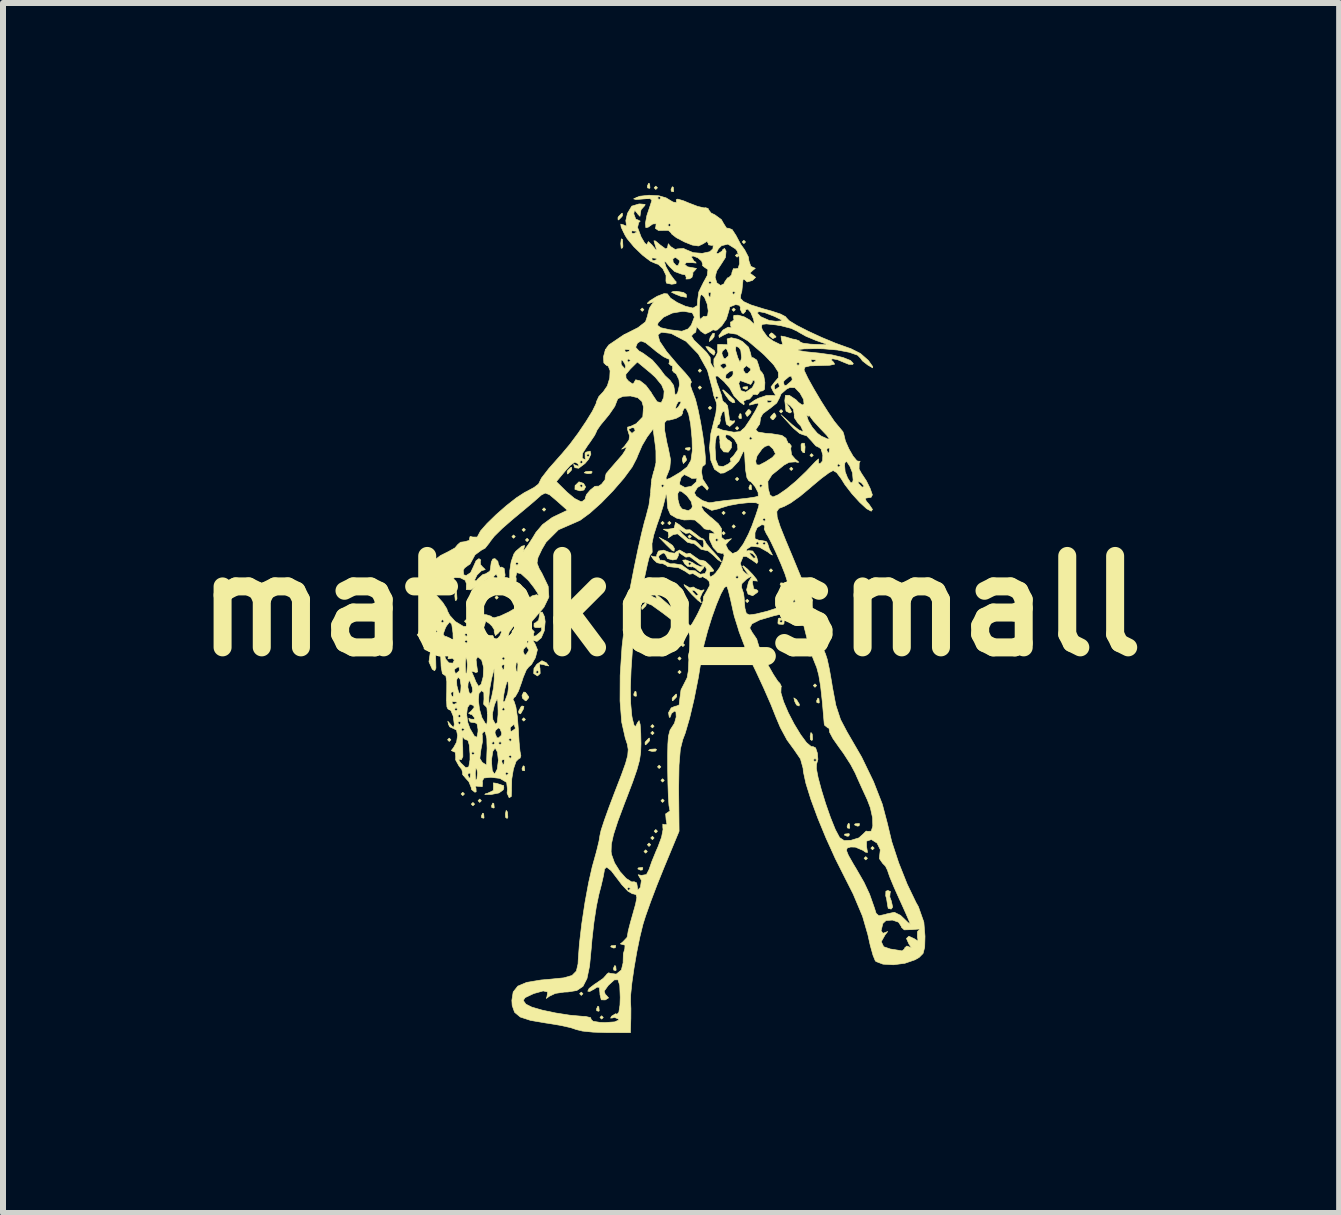
<source format=kicad_pcb>
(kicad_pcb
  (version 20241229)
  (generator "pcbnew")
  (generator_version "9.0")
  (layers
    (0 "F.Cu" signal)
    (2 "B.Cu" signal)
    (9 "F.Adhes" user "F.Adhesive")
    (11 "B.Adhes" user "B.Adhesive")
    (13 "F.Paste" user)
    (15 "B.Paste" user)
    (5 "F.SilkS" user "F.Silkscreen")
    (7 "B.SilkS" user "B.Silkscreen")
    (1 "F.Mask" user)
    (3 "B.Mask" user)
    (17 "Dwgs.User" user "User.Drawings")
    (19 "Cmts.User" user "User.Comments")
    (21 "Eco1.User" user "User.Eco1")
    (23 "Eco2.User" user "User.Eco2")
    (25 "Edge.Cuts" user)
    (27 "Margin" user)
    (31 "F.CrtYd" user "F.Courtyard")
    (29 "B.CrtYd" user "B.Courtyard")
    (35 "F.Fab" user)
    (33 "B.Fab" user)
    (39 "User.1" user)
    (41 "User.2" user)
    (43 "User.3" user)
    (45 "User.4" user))
  (footprint "matoko_small"
    (layer "F.Cu")
    (at 8.135 7.051)
    (property "Reference" "matoko_small" (at 0 0 0) (layer "F.SilkS") (effects (font (size 1.524 1.524) (thickness 0.3))))
    (attr through_hole)
    (fp_poly (pts (xy -4.177 0.48) (xy -4.205 0.508) (xy -4.233 0.48) (xy -4.205 0.452) (xy -4.177 0.48)) (stroke (width 0.01) (type solid)) (fill yes) (layer "F.SilkS"))
    (fp_poly (pts (xy -4.12 0.31) (xy -4.149 0.339) (xy -4.177 0.31) (xy -4.149 0.282) (xy -4.12 0.31)) (stroke (width 0.01) (type solid)) (fill yes) (layer "F.SilkS"))
    (fp_poly (pts (xy -4.064 0.706) (xy -4.092 0.734) (xy -4.12 0.706) (xy -4.092 0.677) (xy -4.064 0.706)) (stroke (width 0.01) (type solid)) (fill yes) (layer "F.SilkS"))
    (fp_poly (pts (xy -3.669 2.23) (xy -3.697 2.258) (xy -3.725 2.23) (xy -3.697 2.201) (xy -3.669 2.23)) (stroke (width 0.01) (type solid)) (fill yes) (layer "F.SilkS"))
    (fp_poly (pts (xy -3.443 3.133) (xy -3.471 3.161) (xy -3.5 3.133) (xy -3.471 3.104) (xy -3.443 3.133)) (stroke (width 0.01) (type solid)) (fill yes) (layer "F.SilkS"))
    (fp_poly (pts (xy -3.387 0.254) (xy -3.415 0.282) (xy -3.443 0.254) (xy -3.415 0.226) (xy -3.387 0.254)) (stroke (width 0.01) (type solid)) (fill yes) (layer "F.SilkS"))
    (fp_poly (pts (xy -3.274 3.302) (xy -3.302 3.33) (xy -3.33 3.302) (xy -3.302 3.274) (xy -3.274 3.302)) (stroke (width 0.01) (type solid)) (fill yes) (layer "F.SilkS"))
    (fp_poly (pts (xy -3.161 3.246) (xy -3.189 3.274) (xy -3.217 3.246) (xy -3.189 3.217) (xy -3.161 3.246)) (stroke (width 0.01) (type solid)) (fill yes) (layer "F.SilkS"))
    (fp_poly (pts (xy -2.879 -0.141) (xy -2.907 -0.113) (xy -2.935 -0.141) (xy -2.907 -0.169) (xy -2.879 -0.141)) (stroke (width 0.01) (type solid)) (fill yes) (layer "F.SilkS"))
    (fp_poly (pts (xy -2.596 -1.157) (xy -2.625 -1.129) (xy -2.653 -1.157) (xy -2.625 -1.185) (xy -2.596 -1.157)) (stroke (width 0.01) (type solid)) (fill yes) (layer "F.SilkS"))
    (fp_poly (pts (xy -2.596 0.423) (xy -2.625 0.452) (xy -2.653 0.423) (xy -2.625 0.395) (xy -2.596 0.423)) (stroke (width 0.01) (type solid)) (fill yes) (layer "F.SilkS"))
    (fp_poly (pts (xy -2.427 -1.27) (xy -2.455 -1.242) (xy -2.484 -1.27) (xy -2.455 -1.298) (xy -2.427 -1.27)) (stroke (width 0.01) (type solid)) (fill yes) (layer "F.SilkS"))
    (fp_poly (pts (xy -2.427 1.891) (xy -2.455 1.919) (xy -2.484 1.891) (xy -2.455 1.863) (xy -2.427 1.891)) (stroke (width 0.01) (type solid)) (fill yes) (layer "F.SilkS"))
    (fp_poly (pts (xy -2.371 -1.101) (xy -2.399 -1.072) (xy -2.427 -1.101) (xy -2.399 -1.129) (xy -2.371 -1.101)) (stroke (width 0.01) (type solid)) (fill yes) (layer "F.SilkS"))
    (fp_poly (pts (xy -2.088 -1.609) (xy -2.117 -1.58) (xy -2.145 -1.609) (xy -2.117 -1.637) (xy -2.088 -1.609)) (stroke (width 0.01) (type solid)) (fill yes) (layer "F.SilkS"))
    (fp_poly (pts (xy -1.468 6.463) (xy -1.496 6.491) (xy -1.524 6.463) (xy -1.496 6.435) (xy -1.468 6.463)) (stroke (width 0.01) (type solid)) (fill yes) (layer "F.SilkS"))
    (fp_poly (pts (xy -1.129 6.858) (xy -1.157 6.886) (xy -1.185 6.858) (xy -1.157 6.83) (xy -1.129 6.858)) (stroke (width 0.01) (type solid)) (fill yes) (layer "F.SilkS"))
    (fp_poly (pts (xy -0.452 -4.939) (xy -0.48 -4.911) (xy -0.508 -4.939) (xy -0.48 -4.967) (xy -0.452 -4.939)) (stroke (width 0.01) (type solid)) (fill yes) (layer "F.SilkS"))
    (fp_poly (pts (xy -0.395 4.092) (xy -0.423 4.12) (xy -0.452 4.092) (xy -0.423 4.064) (xy -0.395 4.092)) (stroke (width 0.01) (type solid)) (fill yes) (layer "F.SilkS"))
    (fp_poly (pts (xy -0.339 3.979) (xy -0.367 4.008) (xy -0.395 3.979) (xy -0.367 3.951) (xy -0.339 3.979)) (stroke (width 0.01) (type solid)) (fill yes) (layer "F.SilkS"))
    (fp_poly (pts (xy -0.282 2.004) (xy -0.31 2.032) (xy -0.339 2.004) (xy -0.31 1.976) (xy -0.282 2.004)) (stroke (width 0.01) (type solid)) (fill yes) (layer "F.SilkS"))
    (fp_poly (pts (xy -0.282 2.117) (xy -0.31 2.145) (xy -0.339 2.117) (xy -0.31 2.088) (xy -0.282 2.117)) (stroke (width 0.01) (type solid)) (fill yes) (layer "F.SilkS"))
    (fp_poly (pts (xy -0.282 3.866) (xy -0.31 3.895) (xy -0.339 3.866) (xy -0.31 3.838) (xy -0.282 3.866)) (stroke (width 0.01) (type solid)) (fill yes) (layer "F.SilkS"))
    (fp_poly (pts (xy -0.226 -6.971) (xy -0.254 -6.943) (xy -0.282 -6.971) (xy -0.254 -6.999) (xy -0.226 -6.971)) (stroke (width 0.01) (type solid)) (fill yes) (layer "F.SilkS"))
    (fp_poly (pts (xy -0.226 3.754) (xy -0.254 3.782) (xy -0.282 3.754) (xy -0.254 3.725) (xy -0.226 3.754)) (stroke (width 0.01) (type solid)) (fill yes) (layer "F.SilkS"))
    (fp_poly (pts (xy -0.169 2.681) (xy -0.198 2.709) (xy -0.226 2.681) (xy -0.198 2.653) (xy -0.169 2.681)) (stroke (width 0.01) (type solid)) (fill yes) (layer "F.SilkS"))
    (fp_poly (pts (xy -0.113 -1.383) (xy -0.141 -1.355) (xy -0.169 -1.383) (xy -0.141 -1.411) (xy -0.113 -1.383)) (stroke (width 0.01) (type solid)) (fill yes) (layer "F.SilkS"))
    (fp_poly (pts (xy -0.113 2.907) (xy -0.141 2.935) (xy -0.169 2.907) (xy -0.141 2.879) (xy -0.113 2.907)) (stroke (width 0.01) (type solid)) (fill yes) (layer "F.SilkS"))
    (fp_poly (pts (xy -0.113 3.246) (xy -0.141 3.274) (xy -0.169 3.246) (xy -0.141 3.217) (xy -0.113 3.246)) (stroke (width 0.01) (type solid)) (fill yes) (layer "F.SilkS"))
    (fp_poly (pts (xy 0 -1.383) (xy -0.028 -1.355) (xy -0.056 -1.383) (xy -0.028 -1.411) (xy 0 -1.383)) (stroke (width 0.01) (type solid)) (fill yes) (layer "F.SilkS"))
    (fp_poly (pts (xy 0.169 0.875) (xy 0.141 0.903) (xy 0.113 0.875) (xy 0.141 0.847) (xy 0.169 0.875)) (stroke (width 0.01) (type solid)) (fill yes) (layer "F.SilkS"))
    (fp_poly (pts (xy 0.169 1.101) (xy 0.141 1.129) (xy 0.113 1.101) (xy 0.141 1.072) (xy 0.169 1.101)) (stroke (width 0.01) (type solid)) (fill yes) (layer "F.SilkS"))
    (fp_poly (pts (xy 0.226 0.649) (xy 0.198 0.677) (xy 0.169 0.649) (xy 0.198 0.621) (xy 0.226 0.649)) (stroke (width 0.01) (type solid)) (fill yes) (layer "F.SilkS"))
    (fp_poly (pts (xy 0.339 -1.157) (xy 0.31 -1.129) (xy 0.282 -1.157) (xy 0.31 -1.185) (xy 0.339 -1.157)) (stroke (width 0.01) (type solid)) (fill yes) (layer "F.SilkS"))
    (fp_poly (pts (xy 0.508 -3.923) (xy 0.48 -3.895) (xy 0.452 -3.923) (xy 0.48 -3.951) (xy 0.508 -3.923)) (stroke (width 0.01) (type solid)) (fill yes) (layer "F.SilkS"))
    (fp_poly (pts (xy 0.508 -3.641) (xy 0.48 -3.612) (xy 0.452 -3.641) (xy 0.48 -3.669) (xy 0.508 -3.641)) (stroke (width 0.01) (type solid)) (fill yes) (layer "F.SilkS"))
    (fp_poly (pts (xy 0.677 -3.302) (xy 0.649 -3.274) (xy 0.621 -3.302) (xy 0.649 -3.33) (xy 0.677 -3.302)) (stroke (width 0.01) (type solid)) (fill yes) (layer "F.SilkS"))
    (fp_poly (pts (xy 0.903 -1.552) (xy 0.875 -1.524) (xy 0.847 -1.552) (xy 0.875 -1.58) (xy 0.903 -1.552)) (stroke (width 0.01) (type solid)) (fill yes) (layer "F.SilkS"))
    (fp_poly (pts (xy 0.903 -1.214) (xy 0.875 -1.185) (xy 0.847 -1.214) (xy 0.875 -1.242) (xy 0.903 -1.214)) (stroke (width 0.01) (type solid)) (fill yes) (layer "F.SilkS"))
    (fp_poly (pts (xy 1.072 -4.939) (xy 1.044 -4.911) (xy 1.016 -4.939) (xy 1.044 -4.967) (xy 1.072 -4.939)) (stroke (width 0.01) (type solid)) (fill yes) (layer "F.SilkS"))
    (fp_poly (pts (xy 1.072 -1.326) (xy 1.044 -1.298) (xy 1.016 -1.326) (xy 1.044 -1.355) (xy 1.072 -1.326)) (stroke (width 0.01) (type solid)) (fill yes) (layer "F.SilkS"))
    (fp_poly (pts (xy 1.129 -5.842) (xy 1.101 -5.814) (xy 1.072 -5.842) (xy 1.101 -5.87) (xy 1.129 -5.842)) (stroke (width 0.01) (type solid)) (fill yes) (layer "F.SilkS"))
    (fp_poly (pts (xy 1.129 -2.963) (xy 1.101 -2.935) (xy 1.072 -2.963) (xy 1.101 -2.992) (xy 1.129 -2.963)) (stroke (width 0.01) (type solid)) (fill yes) (layer "F.SilkS"))
    (fp_poly (pts (xy 1.129 -2.117) (xy 1.101 -2.088) (xy 1.072 -2.117) (xy 1.101 -2.145) (xy 1.129 -2.117)) (stroke (width 0.01) (type solid)) (fill yes) (layer "F.SilkS"))
    (fp_poly (pts (xy 1.242 -6.068) (xy 1.214 -6.04) (xy 1.185 -6.068) (xy 1.214 -6.096) (xy 1.242 -6.068)) (stroke (width 0.01) (type solid)) (fill yes) (layer "F.SilkS"))
    (fp_poly (pts (xy 1.242 -1.552) (xy 1.214 -1.524) (xy 1.185 -1.552) (xy 1.214 -1.58) (xy 1.242 -1.552)) (stroke (width 0.01) (type solid)) (fill yes) (layer "F.SilkS"))
    (fp_poly (pts (xy 1.298 -0.085) (xy 1.27 -0.056) (xy 1.242 -0.085) (xy 1.27 -0.113) (xy 1.298 -0.085)) (stroke (width 0.01) (type solid)) (fill yes) (layer "F.SilkS"))
    (fp_poly (pts (xy 1.693 -0.593) (xy 1.665 -0.564) (xy 1.637 -0.593) (xy 1.665 -0.621) (xy 1.693 -0.593)) (stroke (width 0.01) (type solid)) (fill yes) (layer "F.SilkS"))
    (fp_poly (pts (xy 1.863 -3.246) (xy 1.834 -3.217) (xy 1.806 -3.246) (xy 1.834 -3.274) (xy 1.863 -3.246)) (stroke (width 0.01) (type solid)) (fill yes) (layer "F.SilkS"))
    (fp_poly (pts (xy 2.032 -2.286) (xy 2.004 -2.258) (xy 1.976 -2.286) (xy 2.004 -2.314) (xy 2.032 -2.286)) (stroke (width 0.01) (type solid)) (fill yes) (layer "F.SilkS"))
    (fp_poly (pts (xy 2.032 0.254) (xy 2.004 0.282) (xy 1.976 0.254) (xy 2.004 0.226) (xy 2.032 0.254)) (stroke (width 0.01) (type solid)) (fill yes) (layer "F.SilkS"))
    (fp_poly (pts (xy 2.088 0.141) (xy 2.06 0.169) (xy 2.032 0.141) (xy 2.06 0.113) (xy 2.088 0.141)) (stroke (width 0.01) (type solid)) (fill yes) (layer "F.SilkS"))
    (fp_poly (pts (xy 2.314 -3.189) (xy 2.286 -3.161) (xy 2.258 -3.189) (xy 2.286 -3.217) (xy 2.314 -3.189)) (stroke (width 0.01) (type solid)) (fill yes) (layer "F.SilkS"))
    (fp_poly (pts (xy 2.371 -2.512) (xy 2.342 -2.484) (xy 2.314 -2.512) (xy 2.342 -2.54) (xy 2.371 -2.512)) (stroke (width 0.01) (type solid)) (fill yes) (layer "F.SilkS"))
    (fp_poly (pts (xy 2.427 1.326) (xy 2.399 1.355) (xy 2.371 1.326) (xy 2.399 1.298) (xy 2.427 1.326)) (stroke (width 0.01) (type solid)) (fill yes) (layer "F.SilkS"))
    (fp_poly (pts (xy 3.274 4.205) (xy 3.246 4.233) (xy 3.217 4.205) (xy 3.246 4.177) (xy 3.274 4.205)) (stroke (width 0.01) (type solid)) (fill yes) (layer "F.SilkS"))
    (fp_poly (pts (xy 3.387 4.036) (xy 3.358 4.064) (xy 3.33 4.036) (xy 3.358 4.008) (xy 3.387 4.036)) (stroke (width 0.01) (type solid)) (fill yes) (layer "F.SilkS"))
    (fp_poly (pts (xy -3.575 -0.24) (xy -3.568 -0.124) (xy -3.575 -0.099) (xy -3.596 -0.092) (xy -3.604 -0.169) (xy -3.595 -0.249) (xy -3.575 -0.24)) (stroke (width 0.01) (type solid)) (fill yes) (layer "F.SilkS"))
    (fp_poly (pts (xy -3.123 3.462) (xy -3.117 3.529) (xy -3.123 3.537) (xy -3.157 3.529) (xy -3.161 3.5) (xy -3.14 3.453) (xy -3.123 3.462)) (stroke (width 0.01) (type solid)) (fill yes) (layer "F.SilkS"))
    (fp_poly (pts (xy -2.954 3.293) (xy -2.947 3.36) (xy -2.954 3.368) (xy -2.987 3.36) (xy -2.992 3.33) (xy -2.971 3.284) (xy -2.954 3.293)) (stroke (width 0.01) (type solid)) (fill yes) (layer "F.SilkS"))
    (fp_poly (pts (xy -2.727 3.433) (xy -2.72 3.521) (xy -2.732 3.541) (xy -2.757 3.524) (xy -2.761 3.467) (xy -2.748 3.406) (xy -2.727 3.433)) (stroke (width 0.01) (type solid)) (fill yes) (layer "F.SilkS"))
    (fp_poly (pts (xy -2.446 2.672) (xy -2.439 2.739) (xy -2.446 2.747) (xy -2.479 2.739) (xy -2.484 2.709) (xy -2.463 2.663) (xy -2.446 2.672)) (stroke (width 0.01) (type solid)) (fill yes) (layer "F.SilkS"))
    (fp_poly (pts (xy -1.314 -2.235) (xy -1.33 -2.21) (xy -1.388 -2.206) (xy -1.448 -2.22) (xy -1.422 -2.24) (xy -1.333 -2.247) (xy -1.314 -2.235)) (stroke (width 0.01) (type solid)) (fill yes) (layer "F.SilkS"))
    (fp_poly (pts (xy -1.204 6.679) (xy -1.197 6.746) (xy -1.204 6.755) (xy -1.238 6.747) (xy -1.242 6.717) (xy -1.221 6.67) (xy -1.204 6.679)) (stroke (width 0.01) (type solid)) (fill yes) (layer "F.SilkS"))
    (fp_poly (pts (xy -0.922 5.663) (xy -0.93 5.697) (xy -0.96 5.701) (xy -1.006 5.68) (xy -0.997 5.663) (xy -0.93 5.657) (xy -0.922 5.663)) (stroke (width 0.01) (type solid)) (fill yes) (layer "F.SilkS"))
    (fp_poly (pts (xy -0.922 6.002) (xy -0.915 6.069) (xy -0.922 6.077) (xy -0.955 6.069) (xy -0.96 6.04) (xy -0.939 5.993) (xy -0.922 6.002)) (stroke (width 0.01) (type solid)) (fill yes) (layer "F.SilkS"))
    (fp_poly (pts (xy -0.809 -6.11) (xy -0.802 -5.995) (xy -0.809 -5.969) (xy -0.83 -5.962) (xy -0.838 -6.04) (xy -0.829 -6.12) (xy -0.809 -6.11)) (stroke (width 0.01) (type solid)) (fill yes) (layer "F.SilkS"))
    (fp_poly (pts (xy -0.583 1.43) (xy -0.577 1.497) (xy -0.583 1.505) (xy -0.617 1.497) (xy -0.621 1.468) (xy -0.6 1.421) (xy -0.583 1.43)) (stroke (width 0.01) (type solid)) (fill yes) (layer "F.SilkS"))
    (fp_poly (pts (xy -0.47 4.365) (xy -0.478 4.399) (xy -0.508 4.403) (xy -0.554 4.382) (xy -0.546 4.365) (xy -0.479 4.358) (xy -0.47 4.365)) (stroke (width 0.01) (type solid)) (fill yes) (layer "F.SilkS"))
    (fp_poly (pts (xy -0.357 -7.037) (xy -0.351 -6.97) (xy -0.357 -6.961) (xy -0.391 -6.969) (xy -0.395 -6.999) (xy -0.374 -7.046) (xy -0.357 -7.037)) (stroke (width 0.01) (type solid)) (fill yes) (layer "F.SilkS"))
    (fp_poly (pts (xy -0.241 2.393) (xy -0.258 2.419) (xy -0.315 2.423) (xy -0.375 2.409) (xy -0.349 2.389) (xy -0.261 2.382) (xy -0.241 2.393)) (stroke (width 0.01) (type solid)) (fill yes) (layer "F.SilkS"))
    (fp_poly (pts (xy 0.038 -6.98) (xy 0.044 -6.913) (xy 0.038 -6.905) (xy 0.004 -6.913) (xy 0 -6.943) (xy 0.021 -6.989) (xy 0.038 -6.98)) (stroke (width 0.01) (type solid)) (fill yes) (layer "F.SilkS"))
    (fp_poly (pts (xy 0.32 -2.634) (xy 0.312 -2.601) (xy 0.282 -2.596) (xy 0.236 -2.617) (xy 0.245 -2.634) (xy 0.312 -2.641) (xy 0.32 -2.634)) (stroke (width 0.01) (type solid)) (fill yes) (layer "F.SilkS"))
    (fp_poly (pts (xy 1.167 -3.199) (xy 1.173 -3.132) (xy 1.167 -3.123) (xy 1.133 -3.131) (xy 1.129 -3.161) (xy 1.15 -3.207) (xy 1.167 -3.199)) (stroke (width 0.01) (type solid)) (fill yes) (layer "F.SilkS"))
    (fp_poly (pts (xy 1.279 -3.65) (xy 1.272 -3.617) (xy 1.242 -3.612) (xy 1.195 -3.633) (xy 1.204 -3.65) (xy 1.271 -3.657) (xy 1.279 -3.65)) (stroke (width 0.01) (type solid)) (fill yes) (layer "F.SilkS"))
    (fp_poly (pts (xy 1.336 -2.013) (xy 1.343 -1.946) (xy 1.336 -1.938) (xy 1.302 -1.946) (xy 1.298 -1.976) (xy 1.319 -2.022) (xy 1.336 -2.013)) (stroke (width 0.01) (type solid)) (fill yes) (layer "F.SilkS"))
    (fp_poly (pts (xy 2.353 2.134) (xy 2.36 2.223) (xy 2.348 2.242) (xy 2.323 2.226) (xy 2.319 2.168) (xy 2.332 2.108) (xy 2.353 2.134)) (stroke (width 0.01) (type solid)) (fill yes) (layer "F.SilkS"))
    (fp_poly (pts (xy 2.465 1.543) (xy 2.471 1.61) (xy 2.465 1.618) (xy 2.431 1.61) (xy 2.427 1.58) (xy 2.448 1.534) (xy 2.465 1.543)) (stroke (width 0.01) (type solid)) (fill yes) (layer "F.SilkS"))
    (fp_poly (pts (xy 2.973 3.631) (xy 2.979 3.698) (xy 2.973 3.707) (xy 2.939 3.699) (xy 2.935 3.669) (xy 2.956 3.622) (xy 2.973 3.631)) (stroke (width 0.01) (type solid)) (fill yes) (layer "F.SilkS"))
    (fp_poly (pts (xy 2.973 3.801) (xy 2.965 3.834) (xy 2.935 3.838) (xy 2.889 3.818) (xy 2.897 3.801) (xy 2.964 3.794) (xy 2.973 3.801)) (stroke (width 0.01) (type solid)) (fill yes) (layer "F.SilkS"))
    (fp_poly (pts (xy 3.142 3.631) (xy 3.134 3.665) (xy 3.104 3.669) (xy 3.058 3.648) (xy 3.067 3.631) (xy 3.134 3.625) (xy 3.142 3.631)) (stroke (width 0.01) (type solid)) (fill yes) (layer "F.SilkS"))
    (fp_poly (pts (xy -2.452 1.675) (xy -2.462 1.719) (xy -2.508 1.798) (xy -2.537 1.785) (xy -2.54 1.753) (xy -2.499 1.677) (xy -2.484 1.666) (xy -2.452 1.675)) (stroke (width 0.01) (type solid)) (fill yes) (layer "F.SilkS"))
    (fp_poly (pts (xy -1.928 0.192) (xy -1.867 0.249) (xy -1.88 0.282) (xy -1.888 0.282) (xy -1.935 0.242) (xy -1.953 0.217) (xy -1.959 0.178) (xy -1.928 0.192)) (stroke (width 0.01) (type solid)) (fill yes) (layer "F.SilkS"))
    (fp_poly (pts (xy 0.236 -2.505) (xy 0.259 -2.44) (xy 0.252 -2.423) (xy 0.205 -2.374) (xy 0.188 -2.432) (xy 0.188 -2.453) (xy 0.213 -2.509) (xy 0.236 -2.505)) (stroke (width 0.01) (type solid)) (fill yes) (layer "F.SilkS"))
    (fp_poly (pts (xy 0.717 -4.486) (xy 0.684 -4.444) (xy 0.637 -4.408) (xy 0.649 -4.465) (xy 0.653 -4.476) (xy 0.697 -4.545) (xy 0.723 -4.545) (xy 0.717 -4.486)) (stroke (width 0.01) (type solid)) (fill yes) (layer "F.SilkS"))
    (fp_poly (pts (xy 2.088 1.558) (xy 2.095 1.565) (xy 2.14 1.639) (xy 2.134 1.667) (xy 2.092 1.65) (xy 2.064 1.597) (xy 2.047 1.531) (xy 2.088 1.558)) (stroke (width 0.01) (type solid)) (fill yes) (layer "F.SilkS"))
    (fp_poly (pts (xy 2.223 -2.713) (xy 2.234 -2.652) (xy 2.227 -2.555) (xy 2.198 -2.56) (xy 2.17 -2.601) (xy 2.167 -2.691) (xy 2.183 -2.713) (xy 2.223 -2.713)) (stroke (width 0.01) (type solid)) (fill yes) (layer "F.SilkS"))
    (fp_poly (pts (xy -2.427 1.439) (xy -2.373 1.511) (xy -2.371 1.527) (xy -2.414 1.579) (xy -2.427 1.58) (xy -2.477 1.535) (xy -2.484 1.492) (xy -2.456 1.434) (xy -2.427 1.439)) (stroke (width 0.01) (type solid)) (fill yes) (layer "F.SilkS"))
    (fp_poly (pts (xy -1.655 -2.278) (xy -1.665 -2.258) (xy -1.718 -2.204) (xy -1.728 -2.201) (xy -1.732 -2.238) (xy -1.722 -2.258) (xy -1.668 -2.312) (xy -1.658 -2.314) (xy -1.655 -2.278)) (stroke (width 0.01) (type solid)) (fill yes) (layer "F.SilkS"))
    (fp_poly (pts (xy -0.808 -6.511) (xy -0.818 -6.491) (xy -0.872 -6.437) (xy -0.882 -6.435) (xy -0.885 -6.471) (xy -0.875 -6.491) (xy -0.822 -6.545) (xy -0.812 -6.548) (xy -0.808 -6.511)) (stroke (width 0.01) (type solid)) (fill yes) (layer "F.SilkS"))
    (fp_poly (pts (xy -0.413 -0.02) (xy -0.423 0) (xy -0.477 0.054) (xy -0.486 0.056) (xy -0.49 0.02) (xy -0.48 0) (xy -0.427 -0.054) (xy -0.417 -0.056) (xy -0.413 -0.02)) (stroke (width 0.01) (type solid)) (fill yes) (layer "F.SilkS"))
    (fp_poly (pts (xy -0.356 -0.302) (xy -0.367 -0.282) (xy -0.42 -0.228) (xy -0.43 -0.226) (xy -0.434 -0.262) (xy -0.423 -0.282) (xy -0.37 -0.336) (xy -0.36 -0.339) (xy -0.356 -0.302)) (stroke (width 0.01) (type solid)) (fill yes) (layer "F.SilkS"))
    (fp_poly (pts (xy -0.356 2.238) (xy -0.367 2.258) (xy -0.42 2.312) (xy -0.43 2.314) (xy -0.434 2.278) (xy -0.423 2.258) (xy -0.37 2.204) (xy -0.36 2.201) (xy -0.356 2.238)) (stroke (width 0.01) (type solid)) (fill yes) (layer "F.SilkS"))
    (fp_poly (pts (xy -0.071 -1.078) (xy 0.026 -1.009) (xy 0.056 -0.958) (xy 0.05 -0.914) (xy 0.015 -0.929) (xy -0.072 -1.014) (xy -0.085 -1.027) (xy -0.198 -1.144) (xy -0.071 -1.078)) (stroke (width 0.01) (type solid)) (fill yes) (layer "F.SilkS"))
    (fp_poly (pts (xy 0.095 1.504) (xy 0.085 1.524) (xy 0.031 1.578) (xy 0.022 1.58) (xy 0.018 1.544) (xy 0.028 1.524) (xy 0.081 1.47) (xy 0.091 1.468) (xy 0.095 1.504)) (stroke (width 0.01) (type solid)) (fill yes) (layer "F.SilkS"))
    (fp_poly (pts (xy 0.209 -5.226) (xy 0.254 -5.193) (xy 0.257 -5.145) (xy 0.169 -5.16) (xy 0.085 -5.193) (xy 0.007 -5.23) (xy 0.037 -5.243) (xy 0.095 -5.245) (xy 0.209 -5.226)) (stroke (width 0.01) (type solid)) (fill yes) (layer "F.SilkS"))
    (fp_poly (pts (xy 0.623 -4.32) (xy 0.641 -4.313) (xy 0.721 -4.258) (xy 0.734 -4.227) (xy 0.714 -4.18) (xy 0.65 -4.228) (xy 0.62 -4.263) (xy 0.579 -4.324) (xy 0.623 -4.32)) (stroke (width 0.01) (type solid)) (fill yes) (layer "F.SilkS"))
    (fp_poly (pts (xy 0.952 -3.533) (xy 1.05 -3.438) (xy 1.065 -3.394) (xy 1.03 -3.387) (xy 0.971 -3.429) (xy 0.909 -3.514) (xy 0.858 -3.6) (xy 0.872 -3.602) (xy 0.952 -3.533)) (stroke (width 0.01) (type solid)) (fill yes) (layer "F.SilkS"))
    (fp_poly (pts (xy 1.335 -3.239) (xy 1.326 -3.217) (xy 1.276 -3.163) (xy 1.267 -3.161) (xy 1.242 -3.205) (xy 1.242 -3.217) (xy 1.285 -3.272) (xy 1.302 -3.274) (xy 1.335 -3.239)) (stroke (width 0.01) (type solid)) (fill yes) (layer "F.SilkS"))
    (fp_poly (pts (xy 1.693 -4.544) (xy 1.747 -4.493) (xy 1.75 -4.484) (xy 1.706 -4.46) (xy 1.693 -4.459) (xy 1.639 -4.503) (xy 1.637 -4.519) (xy 1.671 -4.553) (xy 1.693 -4.544)) (stroke (width 0.01) (type solid)) (fill yes) (layer "F.SilkS"))
    (fp_poly (pts (xy 1.749 -3.174) (xy 1.75 -3.161) (xy 1.706 -3.107) (xy 1.69 -3.104) (xy 1.656 -3.139) (xy 1.665 -3.161) (xy 1.716 -3.215) (xy 1.725 -3.217) (xy 1.749 -3.174)) (stroke (width 0.01) (type solid)) (fill yes) (layer "F.SilkS"))
    (fp_poly (pts (xy 3.66 4.762) (xy 3.652 4.777) (xy 3.646 4.849) (xy 3.671 4.915) (xy 3.694 5.019) (xy 3.669 5.052) (xy 3.62 5.04) (xy 3.612 5.003) (xy 3.592 4.876) (xy 3.578 4.831) (xy 3.581 4.754) (xy 3.616 4.741) (xy 3.66 4.762)) (stroke (width 0.01) (type solid)) (fill yes) (layer "F.SilkS"))
    (fp_poly (pts (xy -2.903 2.957) (xy -2.814 2.987) (xy -2.791 2.992) (xy -2.787 3.033) (xy -2.797 3.064) (xy -2.868 3.116) (xy -2.999 3.142) (xy -3.007 3.142) (xy -3.105 3.141) (xy -3.091 3.129) (xy -3.058 3.121) (xy -2.962 3.075) (xy -2.96 3.009) (xy -2.961 2.948) (xy -2.903 2.957)) (stroke (width 0.01) (type solid)) (fill yes) (layer "F.SilkS"))
    (fp_poly (pts (xy -1.458 -2.044) (xy -1.424 -1.986) (xy -1.452 -1.933) (xy -1.518 -1.919) (xy -1.602 -1.944) (xy -1.6 -2.004) (xy -1.524 -2.004) (xy -1.496 -1.976) (xy -1.468 -2.004) (xy -1.496 -2.032) (xy -1.524 -2.004) (xy -1.6 -2.004) (xy -1.6 -2.006) (xy -1.535 -2.07) (xy -1.458 -2.044)) (stroke (width 0.01) (type solid)) (fill yes) (layer "F.SilkS"))
    (fp_poly (pts (xy 1.875 0.206) (xy 1.888 0.221) (xy 1.882 0.295) (xy 1.867 0.307) (xy 1.794 0.302) (xy 1.781 0.287) (xy 1.784 0.254) (xy 1.806 0.254) (xy 1.834 0.282) (xy 1.863 0.254) (xy 1.834 0.226) (xy 1.806 0.254) (xy 1.784 0.254) (xy 1.787 0.213) (xy 1.801 0.201) (xy 1.875 0.206)) (stroke (width 0.01) (type solid)) (fill yes) (layer "F.SilkS"))
    (fp_poly (pts (xy -2.081 0.945) (xy -2.075 0.951) (xy -2.038 0.999) (xy -2.093 0.989) (xy -2.112 0.981) (xy -2.19 0.966) (xy -2.189 1.023) (xy -2.185 1.033) (xy -2.181 1.124) (xy -2.226 1.166) (xy -2.287 1.127) (xy -2.289 1.124) (xy -2.288 1.101) (xy -2.258 1.101) (xy -2.23 1.129) (xy -2.201 1.101) (xy -2.23 1.072) (xy -2.258 1.101) (xy -2.288 1.101) (xy -2.285 1.04) (xy -2.237 0.971) (xy -2.152 0.912) (xy -2.081 0.945)) (stroke (width 0.01) (type solid)) (fill yes) (layer "F.SilkS"))
    (fp_poly (pts (xy 0.359 -0.724) (xy 0.409 -0.689) (xy 0.497 -0.652) (xy 0.536 -0.664) (xy 0.556 -0.665) (xy 0.542 -0.635) (xy 0.485 -0.569) (xy 0.432 -0.607) (xy 0.423 -0.622) (xy 0.359 -0.657) (xy 0.341 -0.651) (xy 0.272 -0.663) (xy 0.229 -0.702) (xy 0.227 -0.706) (xy 0.282 -0.706) (xy 0.31 -0.677) (xy 0.339 -0.706) (xy 0.31 -0.734) (xy 0.282 -0.706) (xy 0.227 -0.706) (xy 0.194 -0.763) (xy 0.245 -0.769) (xy 0.359 -0.724)) (stroke (width 0.01) (type solid)) (fill yes) (layer "F.SilkS"))
    (fp_poly (pts (xy 0.24 -0.344) (xy 0.316 -0.301) (xy 0.339 -0.31) (xy 0.373 -0.317) (xy 0.414 -0.29) (xy 0.503 -0.256) (xy 0.54 -0.269) (xy 0.552 -0.267) (xy 0.521 -0.221) (xy 0.481 -0.131) (xy 0.49 -0.094) (xy 0.505 -0.057) (xy 0.5 -0.056) (xy 0.449 -0.094) (xy 0.352 -0.189) (xy 0.307 -0.238) (xy 0.283 -0.266) (xy 0.348 -0.266) (xy 0.361 -0.234) (xy 0.418 -0.174) (xy 0.451 -0.186) (xy 0.452 -0.194) (xy 0.411 -0.242) (xy 0.386 -0.259) (xy 0.348 -0.266) (xy 0.283 -0.266) (xy 0.229 -0.329) (xy 0.216 -0.358) (xy 0.24 -0.344)) (stroke (width 0.01) (type solid)) (fill yes) (layer "F.SilkS"))
    (fp_poly (pts (xy 0.138 -1.355) (xy 0.165 -1.33) (xy 0.248 -1.269) (xy 0.282 -1.27) (xy 0.317 -1.271) (xy 0.401 -1.208) (xy 0.494 -1.135) (xy 0.542 -1.115) (xy 0.559 -1.095) (xy 0.591 -1.037) (xy 0.677 -0.934) (xy 0.711 -0.898) (xy 0.802 -0.796) (xy 0.84 -0.739) (xy 0.838 -0.734) (xy 0.782 -0.771) (xy 0.707 -0.845) (xy 0.618 -0.919) (xy 0.563 -0.931) (xy 0.498 -0.946) (xy 0.452 -0.988) (xy 0.376 -1.045) (xy 0.34 -1.045) (xy 0.275 -1.062) (xy 0.197 -1.13) (xy 0.108 -1.203) (xy 0.033 -1.189) (xy 0.009 -1.171) (xy -0.049 -1.134) (xy -0.038 -1.167) (xy -0.048 -1.235) (xy -0.098 -1.262) (xy -0.13 -1.28) (xy -0.058 -1.281) (xy -0.056 -1.28) (xy 0.002 -1.288) (xy 0.126 -1.288) (xy 0.143 -1.258) (xy 0.191 -1.2) (xy 0.28 -1.119) (xy 0.34 -1.101) (xy 0.405 -1.086) (xy 0.452 -1.044) (xy 0.52 -0.97) (xy 0.543 -0.986) (xy 0.546 -1.044) (xy 0.531 -1.104) (xy 0.517 -1.101) (xy 0.46 -1.112) (xy 0.386 -1.166) (xy 0.309 -1.221) (xy 0.282 -1.215) (xy 0.246 -1.21) (xy 0.183 -1.248) (xy 0.126 -1.288) (xy 0.002 -1.288) (xy 0.05 -1.294) (xy 0.066 -1.353) (xy 0.073 -1.395) (xy 0.138 -1.355)) (stroke (width 0.01) (type solid)) (fill yes) (layer "F.SilkS"))
    (fp_poly (pts (xy -0.202 -6.838) (xy -0.082 -6.803) (xy -0.073 -6.797) (xy 0.033 -6.733) (xy 0.093 -6.724) (xy 0.086 -6.772) (xy 0.111 -6.783) (xy 0.211 -6.753) (xy 0.292 -6.719) (xy 0.443 -6.661) (xy 0.551 -6.636) (xy 0.576 -6.639) (xy 0.619 -6.626) (xy 0.621 -6.611) (xy 0.667 -6.551) (xy 0.731 -6.52) (xy 0.839 -6.441) (xy 0.876 -6.375) (xy 0.925 -6.299) (xy 0.963 -6.296) (xy 1.019 -6.274) (xy 1.083 -6.176) (xy 1.086 -6.17) (xy 1.16 -6.03) (xy 1.227 -5.937) (xy 1.289 -5.818) (xy 1.298 -5.753) (xy 1.329 -5.663) (xy 1.369 -5.644) (xy 1.405 -5.629) (xy 1.362 -5.594) (xy 1.314 -5.548) (xy 1.362 -5.514) (xy 1.409 -5.478) (xy 1.356 -5.426) (xy 1.268 -5.401) (xy 1.232 -5.435) (xy 1.201 -5.45) (xy 1.195 -5.39) (xy 1.18 -5.247) (xy 1.162 -5.187) (xy 1.157 -5.128) (xy 1.208 -5.075) (xy 1.331 -5.019) (xy 1.541 -4.953) (xy 1.679 -4.915) (xy 1.824 -4.867) (xy 1.91 -4.822) (xy 1.919 -4.808) (xy 1.968 -4.756) (xy 2.099 -4.676) (xy 2.287 -4.58) (xy 2.51 -4.477) (xy 2.743 -4.38) (xy 2.963 -4.301) (xy 2.992 -4.292) (xy 3.157 -4.209) (xy 3.289 -4.093) (xy 3.294 -4.086) (xy 3.362 -3.99) (xy 3.36 -3.97) (xy 3.286 -4.013) (xy 3.279 -4.017) (xy 3.189 -4.087) (xy 3.161 -4.128) (xy 3.109 -4.181) (xy 2.971 -4.229) (xy 2.773 -4.267) (xy 2.542 -4.287) (xy 2.438 -4.29) (xy 2.221 -4.286) (xy 2.117 -4.275) (xy 2.125 -4.259) (xy 2.244 -4.238) (xy 2.465 -4.216) (xy 2.683 -4.186) (xy 2.867 -4.142) (xy 2.992 -4.092) (xy 3.038 -4.043) (xy 3.029 -4.027) (xy 2.964 -4.028) (xy 2.887 -4.059) (xy 2.777 -4.105) (xy 2.694 -4.121) (xy 2.666 -4.105) (xy 2.709 -4.064) (xy 2.727 -4.031) (xy 2.646 -4.013) (xy 2.492 -4.008) (xy 2.317 -4.003) (xy 2.232 -3.982) (xy 2.217 -3.938) (xy 2.223 -3.919) (xy 2.283 -3.794) (xy 2.381 -3.618) (xy 2.498 -3.42) (xy 2.618 -3.231) (xy 2.721 -3.079) (xy 2.789 -2.996) (xy 2.791 -2.994) (xy 2.865 -2.905) (xy 2.881 -2.858) (xy 2.906 -2.752) (xy 2.964 -2.62) (xy 3.034 -2.498) (xy 3.099 -2.42) (xy 3.131 -2.412) (xy 3.152 -2.414) (xy 3.136 -2.381) (xy 3.134 -2.283) (xy 3.173 -2.212) (xy 3.255 -2.088) (xy 3.318 -1.961) (xy 3.356 -1.852) (xy 3.334 -1.811) (xy 3.292 -1.806) (xy 3.235 -1.796) (xy 3.254 -1.749) (xy 3.302 -1.693) (xy 3.358 -1.61) (xy 3.337 -1.58) (xy 3.26 -1.622) (xy 3.145 -1.728) (xy 3.015 -1.871) (xy 2.898 -2.023) (xy 2.835 -2.124) (xy 2.761 -2.223) (xy 2.702 -2.258) (xy 2.634 -2.222) (xy 2.508 -2.129) (xy 2.35 -1.997) (xy 2.323 -1.973) (xy 2.151 -1.83) (xy 1.994 -1.718) (xy 1.884 -1.659) (xy 1.877 -1.657) (xy 1.799 -1.627) (xy 1.763 -1.575) (xy 1.769 -1.481) (xy 1.819 -1.324) (xy 1.914 -1.087) (xy 1.924 -1.064) (xy 2.022 -0.83) (xy 2.115 -0.605) (xy 2.186 -0.433) (xy 2.19 -0.423) (xy 2.258 -0.276) (xy 2.318 -0.177) (xy 2.333 -0.162) (xy 2.361 -0.092) (xy 2.354 -0.075) (xy 2.354 -0.001) (xy 2.38 0.147) (xy 2.423 0.335) (xy 2.476 0.529) (xy 2.529 0.695) (xy 2.575 0.801) (xy 2.575 0.802) (xy 2.603 0.887) (xy 2.639 1.053) (xy 2.677 1.27) (xy 2.689 1.347) (xy 2.747 1.654) (xy 2.825 1.892) (xy 2.937 2.105) (xy 2.941 2.111) (xy 3.177 2.518) (xy 3.374 2.925) (xy 3.521 3.302) (xy 3.605 3.62) (xy 3.678 3.926) (xy 3.794 4.279) (xy 3.935 4.634) (xy 4.083 4.942) (xy 4.123 5.012) (xy 4.214 5.27) (xy 4.233 5.505) (xy 4.228 5.686) (xy 4.201 5.791) (xy 4.136 5.857) (xy 4.067 5.897) (xy 3.898 5.955) (xy 3.707 5.98) (xy 3.533 5.97) (xy 3.417 5.926) (xy 3.404 5.913) (xy 3.367 5.823) (xy 3.321 5.659) (xy 3.28 5.475) (xy 3.262 5.413) (xy 3.501 5.413) (xy 3.532 5.455) (xy 3.57 5.442) (xy 3.612 5.425) (xy 3.573 5.475) (xy 3.57 5.478) (xy 3.504 5.595) (xy 3.544 5.679) (xy 3.655 5.717) (xy 3.784 5.737) (xy 3.852 5.749) (xy 3.893 5.714) (xy 3.895 5.698) (xy 3.931 5.667) (xy 3.965 5.68) (xy 4.007 5.697) (xy 3.973 5.645) (xy 3.966 5.636) (xy 3.924 5.542) (xy 3.964 5.504) (xy 4.055 5.546) (xy 4.117 5.586) (xy 4.112 5.539) (xy 4.106 5.521) (xy 4.107 5.428) (xy 4.138 5.397) (xy 4.137 5.384) (xy 4.047 5.391) (xy 4.022 5.394) (xy 3.887 5.398) (xy 3.839 5.353) (xy 3.838 5.341) (xy 3.792 5.27) (xy 3.69 5.235) (xy 3.583 5.243) (xy 3.531 5.291) (xy 3.501 5.413) (xy 3.262 5.413) (xy 3.192 5.171) (xy 3.036 4.801) (xy 2.894 4.52) (xy 2.736 4.206) (xy 2.676 4.072) (xy 2.923 4.072) (xy 2.956 4.155) (xy 3.041 4.305) (xy 3.083 4.374) (xy 3.216 4.605) (xy 3.309 4.803) (xy 3.389 5.03) (xy 3.418 5.122) (xy 3.464 5.163) (xy 3.574 5.14) (xy 3.592 5.133) (xy 3.722 5.105) (xy 3.825 5.156) (xy 3.861 5.19) (xy 3.947 5.273) (xy 3.988 5.306) (xy 3.972 5.259) (xy 3.918 5.133) (xy 3.837 4.953) (xy 3.806 4.886) (xy 3.716 4.685) (xy 3.648 4.522) (xy 3.614 4.425) (xy 3.612 4.413) (xy 3.574 4.336) (xy 3.528 4.29) (xy 3.473 4.211) (xy 3.476 4.17) (xy 3.488 4.062) (xy 3.435 3.953) (xy 3.344 3.895) (xy 3.332 3.895) (xy 3.258 3.92) (xy 3.259 4.013) (xy 3.261 4.022) (xy 3.275 4.108) (xy 3.238 4.102) (xy 3.202 4.074) (xy 3.072 4.019) (xy 2.994 4.017) (xy 2.938 4.033) (xy 2.923 4.072) (xy 2.676 4.072) (xy 2.584 3.87) (xy 2.446 3.535) (xy 2.331 3.223) (xy 2.248 2.957) (xy 2.205 2.759) (xy 2.201 2.705) (xy 2.163 2.568) (xy 2.371 2.568) (xy 2.399 2.596) (xy 2.427 2.568) (xy 2.399 2.54) (xy 2.371 2.568) (xy 2.163 2.568) (xy 2.158 2.55) (xy 2.045 2.385) (xy 2.04 2.379) (xy 1.933 2.232) (xy 1.822 2.026) (xy 1.748 1.851) (xy 1.662 1.635) (xy 1.544 1.366) (xy 1.416 1.09) (xy 1.369 0.993) (xy 1.246 0.721) (xy 1.135 0.43) (xy 1.116 0.366) (xy 1.312 0.366) (xy 1.358 0.45) (xy 1.366 0.459) (xy 1.429 0.552) (xy 1.44 0.593) (xy 1.467 0.678) (xy 1.532 0.82) (xy 1.618 0.986) (xy 1.706 1.141) (xy 1.78 1.254) (xy 1.814 1.289) (xy 1.84 1.343) (xy 1.834 1.355) (xy 1.831 1.445) (xy 1.875 1.593) (xy 1.953 1.776) (xy 2.052 1.967) (xy 2.159 2.143) (xy 2.258 2.277) (xy 2.338 2.344) (xy 2.368 2.344) (xy 2.41 2.365) (xy 2.439 2.452) (xy 2.448 2.557) (xy 2.426 2.634) (xy 2.425 2.636) (xy 2.422 2.707) (xy 2.451 2.858) (xy 2.505 3.061) (xy 2.576 3.291) (xy 2.656 3.521) (xy 2.738 3.725) (xy 2.74 3.729) (xy 2.81 3.86) (xy 2.886 3.91) (xy 3 3.905) (xy 3.13 3.865) (xy 3.2 3.803) (xy 3.252 3.751) (xy 3.278 3.756) (xy 3.337 3.753) (xy 3.363 3.668) (xy 3.359 3.53) (xy 3.323 3.365) (xy 3.272 3.231) (xy 3.182 3.036) (xy 3.099 2.852) (xy 3.071 2.787) (xy 2.993 2.64) (xy 2.876 2.458) (xy 2.801 2.355) (xy 2.7 2.211) (xy 2.643 2.104) (xy 2.638 2.065) (xy 2.631 2.034) (xy 2.615 2.032) (xy 2.559 1.987) (xy 2.553 1.961) (xy 2.522 1.602) (xy 2.493 1.337) (xy 2.462 1.15) (xy 2.428 1.023) (xy 2.405 0.968) (xy 2.349 0.827) (xy 2.289 0.63) (xy 2.258 0.508) (xy 2.202 0.286) (xy 2.144 0.158) (xy 2.056 0.107) (xy 1.912 0.117) (xy 1.71 0.164) (xy 1.478 0.232) (xy 1.349 0.297) (xy 1.312 0.366) (xy 1.116 0.366) (xy 1.054 0.169) (xy 1.036 0.092) (xy 0.992 -0.107) (xy 0.955 -0.257) (xy 0.931 -0.33) (xy 0.929 -0.331) (xy 0.889 -0.308) (xy 0.829 -0.198) (xy 0.757 -0.025) (xy 0.681 0.187) (xy 0.61 0.415) (xy 0.551 0.637) (xy 0.516 0.818) (xy 0.455 1.194) (xy 0.384 1.553) (xy 0.309 1.87) (xy 0.237 2.118) (xy 0.195 2.228) (xy 0.155 2.387) (xy 0.133 2.651) (xy 0.127 3.022) (xy 0.127 3.075) (xy 0.134 3.754) (xy -0.123 4.374) (xy -0.236 4.655) (xy -0.341 4.932) (xy -0.425 5.169) (xy -0.468 5.306) (xy -0.519 5.514) (xy -0.571 5.769) (xy -0.617 6.036) (xy -0.653 6.286) (xy -0.673 6.484) (xy -0.675 6.589) (xy -0.669 6.711) (xy -0.67 6.879) (xy -0.671 6.9) (xy -0.677 7.112) (xy -1.087 7.11) (xy -1.301 7.103) (xy -1.477 7.085) (xy -1.578 7.06) (xy -1.581 7.059) (xy -1.677 7.027) (xy -1.849 6.989) (xy -2.061 6.954) (xy -2.078 6.952) (xy -2.342 6.907) (xy -2.513 6.851) (xy -2.608 6.772) (xy -2.648 6.658) (xy -2.653 6.575) (xy -2.463 6.575) (xy -2.42 6.636) (xy -2.418 6.637) (xy -2.323 6.685) (xy -2.148 6.736) (xy -1.925 6.783) (xy -1.688 6.82) (xy -1.467 6.84) (xy -1.426 6.841) (xy -1.34 6.861) (xy -1.331 6.893) (xy -1.299 6.922) (xy -1.185 6.94) (xy -1.101 6.943) (xy -0.94 6.932) (xy -0.873 6.902) (xy -0.875 6.885) (xy -0.946 6.856) (xy -0.972 6.866) (xy -1.007 6.869) (xy -0.993 6.838) (xy -0.925 6.796) (xy -0.899 6.804) (xy -0.87 6.772) (xy -0.851 6.651) (xy -0.847 6.523) (xy -0.855 6.324) (xy -0.885 6.23) (xy -0.946 6.232) (xy -1.044 6.322) (xy -1.047 6.325) (xy -1.114 6.419) (xy -1.096 6.475) (xy -1.08 6.487) (xy -1.041 6.532) (xy -1.096 6.566) (xy -1.163 6.564) (xy -1.185 6.474) (xy -1.185 6.454) (xy -1.195 6.356) (xy -1.236 6.353) (xy -1.271 6.379) (xy -1.355 6.425) (xy -1.388 6.42) (xy -1.366 6.375) (xy -1.272 6.303) (xy -1.246 6.287) (xy -1.131 6.207) (xy -1.074 6.144) (xy -1.072 6.137) (xy -1.038 6.113) (xy -1.021 6.121) (xy -0.913 6.136) (xy -0.828 6.067) (xy -0.798 5.943) (xy -0.799 5.933) (xy -0.795 5.795) (xy -0.771 5.715) (xy -0.767 5.653) (xy -0.801 5.644) (xy -0.845 5.632) (xy -0.8 5.595) (xy -0.734 5.525) (xy -0.727 5.497) (xy -0.714 5.418) (xy -0.676 5.271) (xy -0.647 5.169) (xy -0.592 4.973) (xy -0.57 4.862) (xy -0.583 4.811) (xy -0.629 4.798) (xy -0.641 4.798) (xy -0.716 4.755) (xy -0.756 4.713) (xy -0.734 4.713) (xy -0.706 4.741) (xy -0.677 4.713) (xy -0.706 4.685) (xy -0.734 4.713) (xy -0.756 4.713) (xy -0.82 4.645) (xy -0.875 4.572) (xy -0.997 4.412) (xy -1.074 4.351) (xy -1.11 4.387) (xy -1.113 4.417) (xy -1.129 4.507) (xy -1.166 4.666) (xy -1.202 4.804) (xy -1.244 5.004) (xy -1.285 5.272) (xy -1.318 5.563) (xy -1.329 5.695) (xy -1.358 6) (xy -1.401 6.209) (xy -1.468 6.34) (xy -1.571 6.409) (xy -1.719 6.433) (xy -1.779 6.435) (xy -1.928 6.457) (xy -2.029 6.505) (xy -2.079 6.542) (xy -2.068 6.509) (xy -2.056 6.433) (xy -2.131 6.416) (xy -2.283 6.458) (xy -2.311 6.47) (xy -2.433 6.528) (xy -2.463 6.575) (xy -2.653 6.575) (xy -2.653 6.571) (xy -2.631 6.433) (xy -2.554 6.336) (xy -2.405 6.273) (xy -2.169 6.234) (xy -2.019 6.221) (xy -1.789 6.198) (xy -1.65 6.158) (xy -1.578 6.085) (xy -1.55 5.965) (xy -1.547 5.898) (xy -1.527 5.627) (xy -1.488 5.295) (xy -1.435 4.944) (xy -1.374 4.613) (xy -1.313 4.344) (xy -1.296 4.284) (xy -1.243 4.094) (xy -0.999 4.094) (xy -0.993 4.139) (xy -0.942 4.281) (xy -0.852 4.425) (xy -0.749 4.54) (xy -0.656 4.599) (xy -0.614 4.596) (xy -0.573 4.615) (xy -0.564 4.667) (xy -0.554 4.734) (xy -0.516 4.695) (xy -0.51 4.687) (xy -0.494 4.573) (xy -0.519 4.53) (xy -0.548 4.479) (xy -0.493 4.49) (xy -0.41 4.476) (xy -0.367 4.393) (xy -0.321 4.261) (xy -0.249 4.085) (xy -0.218 4.015) (xy -0.158 3.853) (xy -0.133 3.724) (xy -0.137 3.687) (xy -0.137 3.635) (xy -0.106 3.645) (xy -0.068 3.639) (xy -0.082 3.563) (xy -0.09 3.465) (xy -0.057 3.443) (xy -0.016 3.413) (xy -0.022 3.396) (xy -0.035 3.323) (xy -0.045 3.167) (xy -0.052 2.958) (xy -0.056 2.724) (xy -0.057 2.496) (xy -0.053 2.304) (xy -0.044 2.176) (xy -0.044 2.173) (xy -0.016 2.067) (xy 0.007 2.032) (xy 0.057 1.954) (xy 0.086 1.85) (xy 0.082 1.768) (xy 0.06 1.75) (xy 0.003 1.794) (xy 0 1.816) (xy -0.018 1.858) (xy -0.03 1.852) (xy -0.042 1.778) (xy 0.003 1.698) (xy 0.073 1.669) (xy 0.081 1.671) (xy 0.135 1.649) (xy 0.147 1.541) (xy 0.166 1.397) (xy 0.212 1.308) (xy 0.268 1.197) (xy 0.288 1.083) (xy 0.295 0.931) (xy 0.306 0.734) (xy 0.311 0.669) (xy 0.313 0.496) (xy 0.283 0.405) (xy 0.235 0.373) (xy 0.143 0.321) (xy -0.002 0.221) (xy -0.139 0.116) (xy -0.323 -0.016) (xy -0.441 -0.064) (xy -0.484 -0.053) (xy -0.531 0.039) (xy -0.575 0.221) (xy -0.614 0.467) (xy -0.645 0.754) (xy -0.666 1.058) (xy -0.677 1.355) (xy -0.673 1.62) (xy -0.654 1.829) (xy -0.645 1.879) (xy -0.615 1.993) (xy -0.589 2.006) (xy -0.56 1.947) (xy -0.533 1.91) (xy -0.515 1.974) (xy -0.505 2.117) (xy -0.501 2.294) (xy -0.506 2.437) (xy -0.526 2.574) (xy -0.569 2.73) (xy -0.639 2.932) (xy -0.743 3.206) (xy -0.774 3.285) (xy -0.887 3.588) (xy -0.959 3.81) (xy -0.995 3.972) (xy -0.999 4.094) (xy -1.243 4.094) (xy -1.24 4.082) (xy -1.2 3.916) (xy -1.185 3.823) (xy -1.166 3.738) (xy -1.112 3.573) (xy -1.032 3.35) (xy -0.935 3.094) (xy -0.932 3.087) (xy -0.827 2.815) (xy -0.758 2.624) (xy -0.722 2.491) (xy -0.714 2.392) (xy -0.729 2.303) (xy -0.763 2.2) (xy -0.822 1.937) (xy -0.85 1.583) (xy -0.848 1.158) (xy -0.817 0.679) (xy -0.757 0.165) (xy -0.692 -0.23) (xy -0.476 -0.23) (xy -0.472 -0.219) (xy -0.409 -0.204) (xy -0.329 -0.169) (xy -0.288 -0.146) (xy -0.236 -0.125) (xy -0.256 -0.175) (xy -0.252 -0.193) (xy -0.184 -0.145) (xy -0.067 -0.044) (xy 0.082 0.096) (xy 0.163 0.177) (xy 0.262 0.275) (xy 0.319 0.329) (xy 0.323 0.332) (xy 0.354 0.291) (xy 0.417 0.18) (xy 0.452 0.113) (xy 0.514 -0.021) (xy 0.54 -0.102) (xy 0.536 -0.113) (xy 0.54 -0.153) (xy 0.593 -0.246) (xy 0.648 -0.349) (xy 0.634 -0.412) (xy 0.594 -0.451) (xy 0.544 -0.48) (xy 1.072 -0.48) (xy 1.101 -0.452) (xy 1.129 -0.48) (xy 1.101 -0.508) (xy 1.072 -0.48) (xy 0.544 -0.48) (xy 0.525 -0.491) (xy 0.508 -0.48) (xy 0.473 -0.475) (xy 0.423 -0.508) (xy 0.355 -0.547) (xy 0.339 -0.534) (xy 0.304 -0.531) (xy 0.24 -0.577) (xy 0.121 -0.64) (xy 0.043 -0.647) (xy -0.058 -0.659) (xy -0.088 -0.683) (xy -0.152 -0.713) (xy -0.167 -0.707) (xy -0.234 -0.722) (xy -0.29 -0.773) (xy -0.316 -0.812) (xy -0.207 -0.812) (xy -0.182 -0.761) (xy -0.164 -0.765) (xy -0.1 -0.753) (xy -0.087 -0.738) (xy -0.011 -0.703) (xy 0.054 -0.705) (xy 0.176 -0.685) (xy 0.229 -0.646) (xy 0.305 -0.592) (xy 0.341 -0.594) (xy 0.409 -0.585) (xy 0.417 -0.575) (xy 0.488 -0.529) (xy 0.567 -0.542) (xy 0.597 -0.604) (xy 0.568 -0.664) (xy 0.553 -0.665) (xy 0.492 -0.687) (xy 0.401 -0.757) (xy 0.317 -0.82) (xy 0.282 -0.82) (xy 0.247 -0.814) (xy 0.194 -0.849) (xy 0.129 -0.893) (xy 0.122 -0.856) (xy 0.124 -0.845) (xy 0.093 -0.781) (xy 0.028 -0.767) (xy -0.058 -0.791) (xy -0.074 -0.826) (xy -0.107 -0.879) (xy -0.135 -0.884) (xy -0.201 -0.84) (xy -0.207 -0.812) (xy -0.316 -0.812) (xy -0.333 -0.837) (xy -0.297 -0.826) (xy -0.295 -0.825) (xy -0.24 -0.819) (xy -0.238 -0.854) (xy -0.211 -0.916) (xy -0.123 -0.931) (xy -0.02 -0.891) (xy -0.019 -0.89) (xy 0.061 -0.88) (xy 0.085 -0.903) (xy 0.144 -0.934) (xy 0.203 -0.899) (xy 0.268 -0.864) (xy 0.282 -0.877) (xy 0.317 -0.878) (xy 0.386 -0.827) (xy 0.474 -0.766) (xy 0.518 -0.762) (xy 0.57 -0.746) (xy 0.654 -0.668) (xy 0.712 -0.593) (xy 0.704 -0.579) (xy 0.701 -0.58) (xy 0.648 -0.569) (xy 0.64 -0.531) (xy 0.654 -0.482) (xy 0.71 -0.517) (xy 0.744 -0.55) (xy 0.81 -0.64) (xy 0.843 -0.709) (xy 1.154 -0.709) (xy 1.198 -0.587) (xy 1.233 -0.553) (xy 1.295 -0.508) (xy 1.279 -0.54) (xy 1.249 -0.579) (xy 1.193 -0.661) (xy 1.206 -0.671) (xy 1.274 -0.615) (xy 1.359 -0.527) (xy 1.429 -0.441) (xy 1.437 -0.412) (xy 1.425 -0.418) (xy 1.363 -0.422) (xy 1.355 -0.398) (xy 1.377 -0.286) (xy 1.429 -0.27) (xy 1.451 -0.249) (xy 1.44 -0.227) (xy 1.361 -0.171) (xy 1.284 -0.198) (xy 1.259 -0.268) (xy 1.291 -0.399) (xy 1.32 -0.447) (xy 1.352 -0.496) (xy 1.311 -0.481) (xy 1.26 -0.449) (xy 1.181 -0.373) (xy 1.174 -0.313) (xy 1.209 -0.21) (xy 1.218 -0.141) (xy 1.231 0.035) (xy 1.255 0.124) (xy 1.308 0.148) (xy 1.411 0.134) (xy 1.425 0.131) (xy 1.604 0.087) (xy 1.75 0.039) (xy 1.889 -0.016) (xy 1.979 -0.041) (xy 2.039 -0.049) (xy 2.073 -0.078) (xy 2.039 -0.132) (xy 2.001 -0.212) (xy 2.008 -0.239) (xy 1.998 -0.291) (xy 1.971 -0.314) (xy 1.929 -0.324) (xy 1.949 -0.277) (xy 1.973 -0.227) (xy 1.93 -0.253) (xy 1.902 -0.275) (xy 1.817 -0.357) (xy 1.83 -0.386) (xy 1.877 -0.381) (xy 1.934 -0.401) (xy 1.935 -0.423) (xy 1.899 -0.535) (xy 1.832 -0.703) (xy 1.749 -0.892) (xy 1.668 -1.063) (xy 1.606 -1.18) (xy 1.591 -1.201) (xy 1.553 -1.284) (xy 1.562 -1.318) (xy 1.551 -1.349) (xy 1.512 -1.355) (xy 1.435 -1.306) (xy 1.399 -1.222) (xy 1.399 -1.122) (xy 1.469 -1.094) (xy 1.491 -1.095) (xy 1.585 -1.077) (xy 1.609 -1.044) (xy 1.638 -0.951) (xy 1.663 -0.903) (xy 1.691 -0.849) (xy 1.653 -0.869) (xy 1.614 -0.9) (xy 1.471 -0.981) (xy 1.34 -0.996) (xy 1.264 -0.95) (xy 1.258 -0.912) (xy 1.286 -0.924) (xy 1.361 -0.917) (xy 1.425 -0.827) (xy 1.448 -0.743) (xy 1.43 -0.709) (xy 1.352 -0.765) (xy 1.35 -0.766) (xy 1.256 -0.826) (xy 1.202 -0.826) (xy 1.154 -0.709) (xy 0.843 -0.709) (xy 0.861 -0.749) (xy 0.885 -0.841) (xy 0.872 -0.884) (xy 0.85 -0.877) (xy 0.781 -0.89) (xy 0.703 -0.975) (xy 0.647 -1.096) (xy 0.646 -1.101) (xy 0.734 -1.101) (xy 0.762 -1.072) (xy 0.79 -1.101) (xy 0.762 -1.129) (xy 0.734 -1.101) (xy 0.646 -1.101) (xy 0.637 -1.138) (xy 0.646 -1.214) (xy 0.686 -1.208) (xy 0.725 -1.201) (xy 0.71 -1.234) (xy 0.645 -1.276) (xy 0.621 -1.27) (xy 0.556 -1.287) (xy 0.492 -1.355) (xy 0.399 -1.433) (xy 0.328 -1.438) (xy 0.217 -1.434) (xy 0.094 -1.464) (xy -0.01 -1.525) (xy -0.055 -1.629) (xy -0.064 -1.734) (xy -0.072 -1.85) (xy -0.085 -1.857) (xy -0.096 -1.806) (xy -0.129 -1.674) (xy -0.187 -1.487) (xy -0.232 -1.36) (xy -0.289 -1.182) (xy -0.318 -1.041) (xy -0.317 -0.984) (xy -0.314 -0.897) (xy -0.325 -0.879) (xy -0.348 -0.851) (xy -0.367 -0.803) (xy -0.391 -0.708) (xy -0.428 -0.538) (xy -0.443 -0.466) (xy -0.469 -0.319) (xy -0.476 -0.23) (xy -0.692 -0.23) (xy -0.676 -0.328) (xy -0.612 -0.654) (xy -0.548 -0.96) (xy -0.489 -1.219) (xy -0.442 -1.407) (xy -0.422 -1.472) (xy -0.368 -1.68) (xy -0.342 -1.875) (xy 0.112 -1.875) (xy 0.115 -1.775) (xy 0.142 -1.672) (xy 0.183 -1.618) (xy 0.29 -1.588) (xy 0.342 -1.625) (xy 0.352 -1.648) (xy 0.508 -1.648) (xy 0.55 -1.579) (xy 0.654 -1.485) (xy 0.679 -1.467) (xy 0.788 -1.371) (xy 0.841 -1.29) (xy 0.841 -1.279) (xy 0.843 -1.143) (xy 0.898 -1.099) (xy 0.945 -1.108) (xy 1.008 -1.122) (xy 0.971 -1.088) (xy 0.963 -1.082) (xy 0.911 -1.021) (xy 0.95 -0.943) (xy 0.957 -0.934) (xy 1.024 -0.874) (xy 1.059 -0.887) (xy 1.307 -0.887) (xy 1.321 -0.855) (xy 1.378 -0.795) (xy 1.411 -0.807) (xy 1.411 -0.815) (xy 1.371 -0.863) (xy 1.346 -0.88) (xy 1.307 -0.887) (xy 1.059 -0.887) (xy 1.091 -0.898) (xy 1.13 -0.932) (xy 1.204 -1.033) (xy 1.21 -1.044) (xy 1.411 -1.044) (xy 1.439 -1.016) (xy 1.468 -1.044) (xy 1.524 -1.044) (xy 1.552 -1.016) (xy 1.58 -1.044) (xy 1.552 -1.072) (xy 1.524 -1.044) (xy 1.468 -1.044) (xy 1.439 -1.072) (xy 1.411 -1.044) (xy 1.21 -1.044) (xy 1.29 -1.198) (xy 1.348 -1.334) (xy 1.386 -1.439) (xy 1.524 -1.439) (xy 1.552 -1.411) (xy 1.58 -1.439) (xy 1.552 -1.468) (xy 1.524 -1.439) (xy 1.386 -1.439) (xy 1.412 -1.51) (xy 1.456 -1.644) (xy 1.468 -1.697) (xy 1.418 -1.721) (xy 1.295 -1.723) (xy 1.131 -1.706) (xy 0.963 -1.675) (xy 0.826 -1.633) (xy 0.806 -1.624) (xy 0.679 -1.594) (xy 0.595 -1.635) (xy 0.524 -1.672) (xy 0.508 -1.648) (xy 0.352 -1.648) (xy 0.356 -1.657) (xy 0.338 -1.738) (xy 0.266 -1.838) (xy 0.177 -1.909) (xy 0.14 -1.919) (xy 0.112 -1.875) (xy -0.342 -1.875) (xy -0.34 -1.893) (xy -0.339 -1.93) (xy -0.332 -2.004) (xy -0.169 -2.004) (xy -0.141 -1.976) (xy -0.113 -2.004) (xy -0.141 -2.032) (xy -0.169 -2.004) (xy -0.332 -2.004) (xy -0.328 -2.051) (xy 0.141 -2.051) (xy 0.148 -2.021) (xy 0.23 -1.976) (xy 0.339 -1.995) (xy 0.418 -2.066) (xy 0.42 -2.073) (xy 0.434 -2.134) (xy 0.417 -2.13) (xy 0.347 -2.126) (xy 0.297 -2.156) (xy 0.219 -2.191) (xy 0.169 -2.144) (xy 0.141 -2.051) (xy -0.328 -2.051) (xy -0.324 -2.104) (xy -0.288 -2.245) (xy -0.28 -2.261) (xy -0.251 -2.39) (xy -0.252 -2.585) (xy -0.26 -2.66) (xy -0.299 -2.95) (xy -0.398 -2.818) (xy -0.482 -2.676) (xy -0.56 -2.496) (xy -0.57 -2.467) (xy -0.648 -2.317) (xy -0.788 -2.127) (xy -0.967 -1.92) (xy -1.162 -1.719) (xy -1.353 -1.548) (xy -1.515 -1.429) (xy -1.602 -1.39) (xy -1.876 -1.271) (xy -2.082 -1.065) (xy -2.151 -0.948) (xy -2.218 -0.807) (xy -2.234 -0.716) (xy -2.198 -0.624) (xy -2.153 -0.547) (xy -2.048 -0.329) (xy -2.036 -0.149) (xy -2.118 0.02) (xy -2.19 0.105) (xy -2.326 0.264) (xy -2.368 0.36) (xy -2.317 0.395) (xy -2.311 0.395) (xy -2.279 0.431) (xy -2.291 0.459) (xy -2.29 0.503) (xy -2.255 0.498) (xy -2.169 0.426) (xy -2.155 0.398) (xy -2.163 0.351) (xy -2.19 0.36) (xy -2.268 0.358) (xy -2.285 0.34) (xy -2.282 0.287) (xy -2.261 0.282) (xy -2.208 0.237) (xy -2.201 0.201) (xy -2.184 0.105) (xy -2.146 0.101) (xy -2.11 0.178) (xy -2.098 0.26) (xy -2.112 0.411) (xy -2.163 0.53) (xy -2.234 0.59) (xy -2.292 0.576) (xy -2.302 0.579) (xy -2.268 0.629) (xy -2.227 0.728) (xy -2.259 0.854) (xy -2.265 0.869) (xy -2.326 0.975) (xy -2.373 1.016) (xy -2.412 1.065) (xy -2.464 1.189) (xy -2.49 1.27) (xy -2.544 1.42) (xy -2.596 1.511) (xy -2.616 1.524) (xy -2.635 1.558) (xy -2.614 1.595) (xy -2.586 1.684) (xy -2.561 1.85) (xy -2.545 2.057) (xy -2.545 2.06) (xy -2.533 2.263) (xy -2.518 2.419) (xy -2.503 2.497) (xy -2.503 2.498) (xy -2.518 2.538) (xy -2.532 2.54) (xy -2.583 2.59) (xy -2.627 2.717) (xy -2.655 2.883) (xy -2.659 3.053) (xy -2.658 3.068) (xy -2.663 3.176) (xy -2.699 3.195) (xy -2.733 3.119) (xy -2.727 3.054) (xy -2.74 2.94) (xy -2.853 2.873) (xy -3.004 2.855) (xy -3.119 2.867) (xy -3.147 2.921) (xy -3.142 2.945) (xy -3.147 3.012) (xy -3.205 3.006) (xy -3.263 3.001) (xy -3.251 3.038) (xy -3.248 3.097) (xy -3.27 3.104) (xy -3.325 3.059) (xy -3.33 3.027) (xy -3.37 2.928) (xy -3.416 2.878) (xy -3.463 2.822) (xy -3.387 2.822) (xy -3.366 2.869) (xy -3.349 2.86) (xy -3.342 2.794) (xy -3.263 2.794) (xy -3.257 2.89) (xy -3.239 2.899) (xy -3.237 2.894) (xy -3.226 2.782) (xy -3.235 2.725) (xy -3.253 2.702) (xy -3.262 2.776) (xy -3.263 2.794) (xy -3.342 2.794) (xy -3.342 2.793) (xy -3.349 2.785) (xy -3.383 2.792) (xy -3.387 2.822) (xy -3.463 2.822) (xy -3.475 2.808) (xy -3.475 2.779) (xy -3.488 2.724) (xy -3.534 2.667) (xy -3.59 2.566) (xy -3.59 2.561) (xy -3.541 2.561) (xy -3.507 2.614) (xy -3.421 2.696) (xy -3.371 2.681) (xy -3.351 2.563) (xy -3.351 2.542) (xy -3.187 2.542) (xy -3.146 2.607) (xy -3.083 2.647) (xy -3.076 2.652) (xy -3.074 2.602) (xy -3.074 2.6) (xy -2.992 2.6) (xy -2.98 2.743) (xy -2.947 2.797) (xy -2.935 2.794) (xy -2.766 2.794) (xy -2.738 2.822) (xy -2.709 2.794) (xy -2.738 2.766) (xy -2.766 2.794) (xy -2.935 2.794) (xy -2.897 2.719) (xy -2.881 2.596) (xy -2.822 2.596) (xy -2.802 2.643) (xy -2.785 2.634) (xy -2.778 2.567) (xy -2.785 2.559) (xy -2.818 2.567) (xy -2.822 2.596) (xy -2.881 2.596) (xy -2.879 2.582) (xy -2.879 2.565) (xy -2.885 2.512) (xy -2.709 2.512) (xy -2.681 2.54) (xy -2.653 2.512) (xy -2.681 2.484) (xy -2.709 2.512) (xy -2.885 2.512) (xy -2.893 2.436) (xy -2.928 2.372) (xy -2.935 2.371) (xy -2.97 2.421) (xy -2.99 2.546) (xy -2.992 2.6) (xy -3.074 2.6) (xy -3.07 2.472) (xy -3.066 2.371) (xy -3.069 2.286) (xy -2.992 2.286) (xy -2.963 2.314) (xy -2.935 2.286) (xy -2.879 2.286) (xy -2.85 2.314) (xy -2.822 2.286) (xy -2.85 2.258) (xy -2.879 2.286) (xy -2.935 2.286) (xy -2.963 2.258) (xy -2.992 2.286) (xy -3.069 2.286) (xy -3.07 2.23) (xy -2.709 2.23) (xy -2.681 2.258) (xy -2.653 2.23) (xy -2.681 2.201) (xy -2.709 2.23) (xy -3.07 2.23) (xy -3.071 2.207) (xy -3.092 2.117) (xy -2.935 2.117) (xy -2.905 2.192) (xy -2.879 2.201) (xy -2.829 2.156) (xy -2.822 2.117) (xy -2.853 2.042) (xy -2.879 2.032) (xy -2.681 2.032) (xy -2.677 2.084) (xy -2.656 2.088) (xy -2.599 2.047) (xy -2.596 2.032) (xy -2.616 1.977) (xy -2.621 1.976) (xy -2.67 2.015) (xy -2.681 2.032) (xy -2.879 2.032) (xy -2.929 2.078) (xy -2.935 2.117) (xy -3.092 2.117) (xy -3.094 2.106) (xy -3.114 2.088) (xy -3.151 2.129) (xy -3.146 2.159) (xy -3.143 2.261) (xy -3.169 2.396) (xy -3.187 2.542) (xy -3.351 2.542) (xy -3.351 2.461) (xy -3.352 2.455) (xy -3.33 2.455) (xy -3.302 2.484) (xy -3.274 2.455) (xy -3.302 2.427) (xy -3.33 2.455) (xy -3.352 2.455) (xy -3.363 2.317) (xy -3.385 2.24) (xy -3.396 2.236) (xy -3.447 2.215) (xy -3.462 2.188) (xy -3.476 2.193) (xy -3.477 2.287) (xy -3.472 2.357) (xy -3.47 2.51) (xy -3.496 2.564) (xy -3.519 2.557) (xy -3.541 2.561) (xy -3.59 2.561) (xy -3.589 2.505) (xy -3.598 2.437) (xy -3.626 2.427) (xy -3.662 2.408) (xy -3.624 2.359) (xy -3.574 2.268) (xy -3.558 2.156) (xy -3.576 2.068) (xy -3.592 2.06) (xy -3.5 2.06) (xy -3.471 2.088) (xy -3.443 2.06) (xy -3.471 2.032) (xy -3.5 2.06) (xy -3.592 2.06) (xy -3.619 2.046) (xy -3.689 2.014) (xy -3.708 1.976) (xy -3.721 1.92) (xy -3.687 1.958) (xy -3.674 1.976) (xy -3.626 2.029) (xy -3.614 1.982) (xy -3.613 1.966) (xy -3.616 1.947) (xy -3.556 1.947) (xy -3.528 1.976) (xy -3.5 1.947) (xy -3.528 1.919) (xy -3.556 1.947) (xy -3.616 1.947) (xy -3.63 1.838) (xy -3.631 1.834) (xy -3.556 1.834) (xy -3.528 1.863) (xy -3.5 1.834) (xy -3.526 1.808) (xy -3.407 1.808) (xy -3.387 1.945) (xy -3.35 2.046) (xy -3.277 2.17) (xy -3.235 2.187) (xy -3.218 2.099) (xy -3.217 2.057) (xy -3.234 1.962) (xy -3.27 1.945) (xy -3.341 1.936) (xy -3.363 1.911) (xy -3.371 1.872) (xy -3.339 1.885) (xy -3.281 1.889) (xy -3.274 1.866) (xy -3.318 1.81) (xy -3.344 1.805) (xy -3.375 1.787) (xy -3.332 1.752) (xy -3.281 1.689) (xy -3.29 1.659) (xy -3.353 1.636) (xy -3.394 1.695) (xy -3.407 1.808) (xy -3.526 1.808) (xy -3.528 1.806) (xy -3.556 1.834) (xy -3.631 1.834) (xy -3.67 1.742) (xy -3.707 1.722) (xy -3.612 1.722) (xy -3.584 1.75) (xy -3.556 1.722) (xy -3.584 1.693) (xy -3.612 1.722) (xy -3.707 1.722) (xy -3.717 1.716) (xy -3.718 1.717) (xy -3.736 1.68) (xy -3.74 1.599) (xy -3.65 1.599) (xy -3.642 1.633) (xy -3.612 1.637) (xy -3.566 1.616) (xy -3.575 1.599) (xy -3.642 1.593) (xy -3.65 1.599) (xy -3.74 1.599) (xy -3.742 1.573) (xy -3.211 1.573) (xy -3.193 1.719) (xy -3.153 1.859) (xy -3.097 1.955) (xy -3.071 1.973) (xy -3.065 1.926) (xy -3.06 1.808) (xy -3.06 1.805) (xy -3.061 1.794) (xy -2.977 1.794) (xy -2.97 1.893) (xy -2.926 1.971) (xy -2.896 1.941) (xy -2.883 1.808) (xy -2.883 1.736) (xy -2.884 1.722) (xy -2.822 1.722) (xy -2.794 1.75) (xy -2.766 1.722) (xy -2.794 1.693) (xy -2.822 1.722) (xy -2.884 1.722) (xy -2.888 1.592) (xy -2.889 1.587) (xy -2.801 1.587) (xy -2.784 1.603) (xy -2.767 1.58) (xy -2.722 1.457) (xy -2.71 1.359) (xy -2.717 1.259) (xy -2.737 1.266) (xy -2.768 1.376) (xy -2.786 1.468) (xy -2.801 1.587) (xy -2.889 1.587) (xy -2.899 1.55) (xy -2.925 1.601) (xy -2.945 1.653) (xy -2.977 1.794) (xy -3.061 1.794) (xy -3.069 1.695) (xy -3.095 1.665) (xy -3.037 1.665) (xy -2.992 1.524) (xy -2.958 1.358) (xy -2.947 1.214) (xy -2.948 1.044) (xy -2.992 1.214) (xy -3.024 1.387) (xy -3.036 1.524) (xy -3.037 1.665) (xy -3.095 1.665) (xy -3.098 1.661) (xy -3.1 1.662) (xy -3.124 1.637) (xy -3.118 1.551) (xy -3.12 1.44) (xy -3.159 1.411) (xy -3.202 1.458) (xy -3.211 1.573) (xy -3.742 1.573) (xy -3.743 1.559) (xy -3.74 1.468) (xy -3.669 1.468) (xy -3.648 1.514) (xy -3.631 1.505) (xy -3.625 1.438) (xy -3.631 1.43) (xy -3.665 1.438) (xy -3.669 1.468) (xy -3.74 1.468) (xy -3.739 1.43) (xy -3.738 1.258) (xy -3.742 1.232) (xy -3.575 1.232) (xy -3.57 1.326) (xy -3.542 1.432) (xy -3.521 1.468) (xy -3.505 1.419) (xy -3.501 1.355) (xy -3.387 1.355) (xy -3.365 1.446) (xy -3.336 1.468) (xy -3.306 1.423) (xy -3.314 1.355) (xy -3.347 1.263) (xy -3.365 1.242) (xy -3.383 1.289) (xy -3.387 1.355) (xy -3.501 1.355) (xy -3.5 1.326) (xy -3.516 1.22) (xy -3.548 1.185) (xy -3.575 1.232) (xy -3.742 1.232) (xy -3.754 1.163) (xy -3.774 1.153) (xy -3.811 1.127) (xy -3.821 1.072) (xy -3.612 1.072) (xy -3.593 1.127) (xy -3.588 1.129) (xy -3.539 1.089) (xy -3.528 1.072) (xy -3.532 1.02) (xy -3.553 1.016) (xy -3.61 1.057) (xy -3.612 1.072) (xy -3.821 1.072) (xy -3.831 1.021) (xy -3.832 1.002) (xy -3.833 0.988) (xy -3.429 0.988) (xy -3.424 1.104) (xy -3.412 1.134) (xy -3.404 1.115) (xy -3.402 1.086) (xy -3.324 1.086) (xy -3.319 1.106) (xy -3.278 1.199) (xy -3.253 1.264) (xy -3.207 1.34) (xy -3.165 1.304) (xy -3.131 1.179) (xy -3.124 1.024) (xy -3.126 1.016) (xy -2.822 1.016) (xy -2.802 1.062) (xy -2.785 1.054) (xy -2.781 1.016) (xy -2.588 1.016) (xy -2.579 1.096) (xy -2.559 1.087) (xy -2.552 0.971) (xy -2.559 0.945) (xy -2.58 0.938) (xy -2.588 1.016) (xy -2.781 1.016) (xy -2.778 0.987) (xy -2.785 0.978) (xy -2.818 0.986) (xy -2.822 1.016) (xy -3.126 1.016) (xy -3.157 0.9) (xy -3.186 0.875) (xy -2.822 0.875) (xy -2.794 0.903) (xy -2.766 0.875) (xy -2.794 0.847) (xy -2.822 0.875) (xy -3.186 0.875) (xy -3.219 0.847) (xy -3.222 0.847) (xy -3.25 0.893) (xy -3.238 0.996) (xy -3.223 1.098) (xy -3.256 1.11) (xy -3.274 1.1) (xy -3.324 1.086) (xy -3.402 1.086) (xy -3.394 0.98) (xy -3.403 0.89) (xy -3.418 0.858) (xy -3.427 0.926) (xy -3.429 0.988) (xy -3.833 0.988) (xy -3.84 0.824) (xy -3.773 0.824) (xy -3.76 0.879) (xy -3.702 0.948) (xy -3.637 0.952) (xy -3.612 0.9) (xy -3.648 0.868) (xy -3.676 0.879) (xy -3.718 0.88) (xy -3.711 0.84) (xy -3.643 0.781) (xy -3.605 0.781) (xy -3.581 0.764) (xy -3.59 0.753) (xy -2.973 0.753) (xy -2.965 0.786) (xy -2.935 0.79) (xy -2.889 0.77) (xy -2.894 0.76) (xy -2.465 0.76) (xy -2.44 0.816) (xy -2.418 0.813) (xy -2.371 0.738) (xy -2.371 0.73) (xy -2.409 0.678) (xy -2.418 0.677) (xy -2.46 0.723) (xy -2.465 0.76) (xy -2.894 0.76) (xy -2.897 0.753) (xy -2.964 0.746) (xy -2.973 0.753) (xy -3.59 0.753) (xy -3.638 0.693) (xy -3.641 0.69) (xy -3.655 0.677) (xy -2.653 0.677) (xy -2.61 0.732) (xy -2.596 0.734) (xy -2.542 0.691) (xy -2.54 0.677) (xy -2.583 0.623) (xy -2.596 0.621) (xy -2.651 0.664) (xy -2.653 0.677) (xy -3.655 0.677) (xy -3.723 0.617) (xy -3.757 0.623) (xy -3.772 0.69) (xy -3.773 0.824) (xy -3.84 0.824) (xy -3.841 0.793) (xy -3.857 0.68) (xy -3.883 0.646) (xy -3.897 0.651) (xy -3.919 0.717) (xy -3.924 0.853) (xy -3.922 0.899) (xy -3.919 1.036) (xy -3.94 1.079) (xy -3.979 1.055) (xy -4.035 0.93) (xy -4.01 0.753) (xy -3.96 0.638) (xy -3.924 0.528) (xy -3.956 0.477) (xy -3.959 0.472) (xy -3.799 0.472) (xy -3.771 0.506) (xy -3.748 0.508) (xy -3.677 0.54) (xy -3.669 0.564) (xy -3.65 0.619) (xy -3.645 0.621) (xy -3.638 0.593) (xy -3.443 0.593) (xy -3.415 0.621) (xy -3.387 0.593) (xy -3.161 0.593) (xy -3.133 0.621) (xy -3.104 0.593) (xy -3.133 0.564) (xy -3.161 0.593) (xy -3.387 0.593) (xy -3.415 0.564) (xy -3.443 0.593) (xy -3.638 0.593) (xy -3.632 0.572) (xy -3.632 0.561) (xy -3.33 0.561) (xy -3.288 0.576) (xy -3.185 0.539) (xy -3.179 0.536) (xy -3.054 0.491) (xy -2.97 0.493) (xy -2.951 0.536) (xy -2.98 0.551) (xy -3.044 0.612) (xy -3.048 0.634) (xy -3.014 0.647) (xy -2.945 0.6) (xy -2.802 0.6) (xy -2.791 0.625) (xy -2.741 0.628) (xy -2.702 0.593) (xy -2.427 0.593) (xy -2.399 0.621) (xy -2.371 0.593) (xy -2.399 0.564) (xy -2.427 0.593) (xy -2.702 0.593) (xy -2.668 0.561) (xy -2.598 0.458) (xy -2.56 0.35) (xy -2.569 0.305) (xy -2.629 0.342) (xy -2.698 0.438) (xy -2.709 0.487) (xy -2.744 0.557) (xy -2.769 0.564) (xy -2.802 0.6) (xy -2.945 0.6) (xy -2.935 0.593) (xy -2.851 0.495) (xy -2.823 0.429) (xy -2.847 0.414) (xy -2.879 0.452) (xy -2.928 0.493) (xy -2.948 0.429) (xy -2.947 0.395) (xy -2.982 0.338) (xy -3.025 0.294) (xy -3.088 0.252) (xy -3.104 0.303) (xy -3.104 0.312) (xy -3.131 0.372) (xy -3.161 0.367) (xy -3.209 0.38) (xy -3.217 0.42) (xy -3.247 0.497) (xy -3.274 0.508) (xy -3.329 0.548) (xy -3.33 0.561) (xy -3.632 0.561) (xy -3.634 0.48) (xy -3.443 0.48) (xy -3.415 0.508) (xy -3.387 0.48) (xy -3.415 0.452) (xy -3.443 0.48) (xy -3.634 0.48) (xy -3.634 0.454) (xy -3.634 0.453) (xy -3.655 0.304) (xy -3.69 0.265) (xy -3.743 0.332) (xy -3.763 0.371) (xy -3.799 0.472) (xy -3.959 0.472) (xy -3.982 0.423) (xy -3.951 0.423) (xy -3.923 0.452) (xy -3.895 0.423) (xy -3.923 0.395) (xy -3.951 0.423) (xy -3.982 0.423) (xy -3.995 0.398) (xy -3.992 0.304) (xy -3.994 0.254) (xy -3.838 0.254) (xy -3.81 0.282) (xy -3.782 0.254) (xy -3.81 0.226) (xy -3.838 0.254) (xy -3.994 0.254) (xy -3.996 0.195) (xy -4.05 0.169) (xy -4.11 0.129) (xy -4.105 0.06) (xy -4.114 -0.068) (xy -4.16 -0.169) (xy -4.195 -0.275) (xy -4.022 -0.275) (xy -3.989 -0.231) (xy -3.901 -0.167) (xy -3.805 -0.059) (xy -3.737 0.047) (xy -3.727 0.083) (xy -3.688 0.157) (xy -3.598 0.257) (xy -3.459 0.341) (xy -3.333 0.336) (xy -3.25 0.246) (xy -3.245 0.189) (xy -3.263 0.191) (xy -3.345 0.191) (xy -3.376 0.176) (xy -3.371 0.15) (xy -3.277 0.136) (xy -3.218 0.135) (xy -3.076 0.146) (xy -2.997 0.171) (xy -2.992 0.182) (xy -2.949 0.197) (xy -2.843 0.165) (xy -2.702 0.099) (xy -2.556 0.013) (xy -2.435 -0.078) (xy -2.423 -0.088) (xy -2.316 -0.169) (xy -2.239 -0.189) (xy -2.231 -0.184) (xy -2.203 -0.171) (xy -2.228 -0.223) (xy -2.287 -0.311) (xy -2.366 -0.412) (xy -2.389 -0.437) (xy -2.501 -0.539) (xy -2.572 -0.556) (xy -2.588 -0.488) (xy -2.581 -0.455) (xy -2.585 -0.356) (xy -2.617 -0.321) (xy -2.666 -0.346) (xy -2.689 -0.447) (xy -2.688 -0.59) (xy -2.67 -0.706) (xy -2.596 -0.706) (xy -2.568 -0.677) (xy -2.54 -0.706) (xy -2.568 -0.734) (xy -2.596 -0.706) (xy -2.67 -0.706) (xy -2.664 -0.741) (xy -2.62 -0.867) (xy -2.588 -0.912) (xy -2.488 -0.997) (xy -2.44 -1.008) (xy -2.456 -0.945) (xy -2.469 -0.909) (xy -2.437 -0.944) (xy -2.378 -1.026) (xy -2.309 -1.132) (xy -2.252 -1.227) (xy -2.142 -1.357) (xy -1.983 -1.474) (xy -1.945 -1.493) (xy -1.728 -1.596) (xy -1.909 -1.757) (xy -2.025 -1.855) (xy -2.097 -1.883) (xy -2.162 -1.85) (xy -2.196 -1.82) (xy -2.29 -1.737) (xy -2.442 -1.609) (xy -2.62 -1.461) (xy -2.646 -1.439) (xy -2.814 -1.293) (xy -2.946 -1.163) (xy -3.017 -1.072) (xy -3.022 -1.061) (xy -3.099 -0.964) (xy -3.161 -0.931) (xy -3.267 -0.853) (xy -3.303 -0.787) (xy -3.351 -0.698) (xy -3.384 -0.677) (xy -3.443 -0.633) (xy -3.464 -0.593) (xy -3.455 -0.52) (xy -3.414 -0.508) (xy -3.341 -0.556) (xy -3.297 -0.649) (xy -3.25 -0.755) (xy -3.202 -0.79) (xy -3.17 -0.766) (xy -3.179 -0.753) (xy -3.176 -0.691) (xy -3.145 -0.655) (xy -3.097 -0.609) (xy -3.099 -0.606) (xy -3.16 -0.588) (xy -3.233 -0.517) (xy -3.272 -0.438) (xy -3.273 -0.431) (xy -3.25 -0.414) (xy -3.219 -0.452) (xy -3.136 -0.525) (xy -3.092 -0.536) (xy -3.021 -0.58) (xy -3.013 -0.607) (xy -2.996 -0.733) (xy -2.971 -0.783) (xy -2.935 -0.79) (xy -2.886 -0.744) (xy -2.879 -0.702) (xy -2.851 -0.644) (xy -2.822 -0.649) (xy -2.782 -0.627) (xy -2.766 -0.518) (xy -2.766 -0.513) (xy -2.803 -0.355) (xy -2.893 -0.275) (xy -2.978 -0.234) (xy -2.979 -0.255) (xy -2.945 -0.298) (xy -2.893 -0.42) (xy -2.893 -0.491) (xy -2.915 -0.532) (xy -2.951 -0.497) (xy -3.006 -0.375) (xy -3.079 -0.175) (xy -3.119 -0.121) (xy -3.136 -0.125) (xy -3.138 -0.192) (xy -3.106 -0.307) (xy -3.048 -0.459) (xy -3.21 -0.344) (xy -3.342 -0.27) (xy -3.413 -0.273) (xy -3.412 -0.354) (xy -3.408 -0.365) (xy -3.43 -0.428) (xy -3.512 -0.47) (xy -3.604 -0.474) (xy -3.644 -0.446) (xy -3.726 -0.4) (xy -3.837 -0.407) (xy -3.911 -0.463) (xy -3.912 -0.466) (xy -3.947 -0.476) (xy -3.994 -0.395) (xy -4.022 -0.275) (xy -4.195 -0.275) (xy -4.213 -0.332) (xy -4.17 -0.512) (xy -4.043 -0.688) (xy -3.843 -0.841) (xy -3.711 -0.907) (xy -3.601 -0.969) (xy -3.556 -1.023) (xy -3.509 -1.063) (xy -3.44 -1.072) (xy -3.362 -1.094) (xy -3.358 -1.128) (xy -3.349 -1.16) (xy -3.305 -1.15) (xy -3.231 -1.149) (xy -3.217 -1.174) (xy -3.176 -1.251) (xy -3.068 -1.374) (xy -2.916 -1.522) (xy -2.745 -1.672) (xy -2.578 -1.803) (xy -2.438 -1.894) (xy -2.414 -1.905) (xy -2.283 -1.976) (xy -2.209 -2.033) (xy -2.203 -2.045) (xy -2.189 -2.073) (xy -1.912 -2.073) (xy -1.732 -1.896) (xy -1.609 -1.793) (xy -1.508 -1.742) (xy -1.482 -1.741) (xy -1.429 -1.782) (xy -1.431 -1.798) (xy -1.409 -1.859) (xy -1.346 -1.933) (xy -1.269 -1.995) (xy -1.242 -1.997) (xy -1.207 -1.997) (xy -1.158 -2.031) (xy -1.099 -2.107) (xy -1.098 -2.141) (xy -1.082 -2.206) (xy -1.027 -2.272) (xy -0.811 -2.521) (xy -0.763 -2.596) (xy -0.739 -2.652) (xy -0.793 -2.627) (xy -0.796 -2.625) (xy -0.824 -2.614) (xy -0.773 -2.666) (xy -0.773 -2.667) (xy -0.701 -2.766) (xy -0.692 -2.836) (xy -0.724 -2.938) (xy -0.724 -2.948) (xy -0.704 -2.948) (xy -0.7 -2.926) (xy -0.653 -2.879) (xy -0.649 -2.879) (xy -0.604 -2.917) (xy -0.598 -2.926) (xy -0.615 -2.967) (xy -0.649 -2.973) (xy -0.704 -2.948) (xy -0.724 -2.948) (xy -0.724 -2.983) (xy -0.72 -2.982) (xy -0.666 -2.998) (xy -0.579 -3.04) (xy -0.564 -3.056) (xy -0.107 -3.056) (xy -0.106 -2.924) (xy -0.068 -2.719) (xy -0.046 -2.629) (xy -0.008 -2.438) (xy -0.021 -2.297) (xy -0.047 -2.228) (xy -0.084 -2.138) (xy -0.077 -2.107) (xy -0.008 -2.134) (xy 0.139 -2.221) (xy 0.155 -2.231) (xy 0.269 -2.319) (xy 0.332 -2.428) (xy 0.355 -2.591) (xy 0.35 -2.794) (xy 0.327 -3.031) (xy 0.293 -3.204) (xy 0.251 -3.294) (xy 0.222 -3.3) (xy 0.19 -3.236) (xy 0.196 -3.22) (xy 0.171 -3.175) (xy 0.083 -3.127) (xy -0.024 -3.099) (xy -0.071 -3.098) (xy -0.107 -3.056) (xy -0.564 -3.056) (xy -0.471 -3.153) (xy -0.462 -3.281) (xy 0.071 -3.281) (xy 0.112 -3.308) (xy 0.12 -3.315) (xy 0.164 -3.389) (xy 0.158 -3.416) (xy 0.116 -3.399) (xy 0.088 -3.347) (xy 0.071 -3.281) (xy -0.462 -3.281) (xy -0.46 -3.32) (xy -0.486 -3.41) (xy -0.555 -3.472) (xy -0.675 -3.501) (xy -0.8 -3.495) (xy -0.887 -3.455) (xy -0.903 -3.417) (xy -0.938 -3.327) (xy -1.027 -3.197) (xy -1.072 -3.141) (xy -1.174 -3.018) (xy -1.235 -2.929) (xy -1.242 -2.91) (xy -1.273 -2.845) (xy -1.352 -2.728) (xy -1.386 -2.682) (xy -1.473 -2.548) (xy -1.481 -2.471) (xy -1.462 -2.452) (xy -1.42 -2.442) (xy -1.432 -2.471) (xy -1.433 -2.512) (xy -1.411 -2.512) (xy -1.383 -2.484) (xy -1.355 -2.512) (xy -1.383 -2.54) (xy -1.411 -2.512) (xy -1.433 -2.512) (xy -1.433 -2.548) (xy -1.416 -2.565) (xy -1.348 -2.582) (xy -1.336 -2.531) (xy -1.376 -2.444) (xy -1.435 -2.375) (xy -1.54 -2.296) (xy -1.601 -2.305) (xy -1.611 -2.319) (xy -1.623 -2.361) (xy -1.58 -2.342) (xy -1.534 -2.327) (xy -1.553 -2.372) (xy -1.602 -2.399) (xy -1.68 -2.344) (xy -1.756 -2.26) (xy -1.912 -2.073) (xy -2.189 -2.073) (xy -2.16 -2.132) (xy -2.037 -2.291) (xy -1.941 -2.399) (xy -1.524 -2.399) (xy -1.496 -2.371) (xy -1.468 -2.399) (xy -1.496 -2.427) (xy -1.524 -2.399) (xy -1.941 -2.399) (xy -1.836 -2.518) (xy -1.819 -2.537) (xy -1.688 -2.693) (xy -1.548 -2.881) (xy -1.417 -3.075) (xy -1.311 -3.247) (xy -1.25 -3.372) (xy -1.242 -3.408) (xy -1.203 -3.492) (xy -1.129 -3.571) (xy -1.062 -3.669) (xy -1.022 -3.799) (xy -1.019 -3.861) (xy -0.754 -3.861) (xy -0.75 -3.797) (xy -0.708 -3.748) (xy -0.641 -3.701) (xy -0.621 -3.716) (xy -0.59 -3.771) (xy -0.515 -3.753) (xy -0.42 -3.678) (xy -0.332 -3.561) (xy -0.317 -3.533) (xy -0.232 -3.405) (xy -0.163 -3.388) (xy -0.122 -3.478) (xy -0.115 -3.584) (xy -0.156 -3.684) (xy -0.262 -3.813) (xy -0.338 -3.882) (xy -0.561 -4.067) (xy -0.678 -3.951) (xy -0.754 -3.861) (xy -1.019 -3.861) (xy -1.016 -3.922) (xy -1.047 -3.999) (xy -1.072 -4.008) (xy -1.101 -4.034) (xy -0.832 -4.034) (xy -0.821 -4.011) (xy -0.767 -3.953) (xy -0.757 -3.994) (xy -0.771 -4.038) (xy -0.807 -4.092) (xy -0.734 -4.092) (xy -0.706 -4.064) (xy -0.677 -4.092) (xy -0.706 -4.12) (xy -0.734 -4.092) (xy -0.807 -4.092) (xy -0.812 -4.1) (xy -0.831 -4.098) (xy -0.832 -4.034) (xy -1.101 -4.034) (xy -1.12 -4.052) (xy -1.126 -4.154) (xy -1.095 -4.271) (xy -1.095 -4.271) (xy -0.771 -4.271) (xy -0.764 -4.237) (xy -0.734 -4.233) (xy -0.687 -4.254) (xy -0.696 -4.271) (xy -0.763 -4.278) (xy -0.771 -4.271) (xy -1.095 -4.271) (xy -1.066 -4.312) (xy -0.59 -4.312) (xy -0.535 -4.252) (xy -0.464 -4.212) (xy -0.311 -4.099) (xy -0.197 -3.968) (xy -0.104 -3.844) (xy -0.021 -3.766) (xy -0.019 -3.765) (xy 0.043 -3.677) (xy 0.058 -3.596) (xy 0.067 -3.515) (xy 0.098 -3.537) (xy 0.112 -3.56) (xy 0.141 -3.685) (xy 0.132 -3.772) (xy 0.086 -3.869) (xy 0.047 -3.895) (xy 0.019 -3.93) (xy 0.028 -3.951) (xy 0.022 -4.003) (xy 0 -4.008) (xy -0.037 -4.042) (xy -0.028 -4.064) (xy -0.032 -4.116) (xy -0.051 -4.12) (xy -0.125 -4.155) (xy -0.245 -4.242) (xy -0.302 -4.29) (xy -0.426 -4.39) (xy -0.502 -4.418) (xy -0.557 -4.384) (xy -0.562 -4.378) (xy -0.59 -4.312) (xy -1.066 -4.312) (xy -1.038 -4.351) (xy -0.79 -4.519) (xy -0.218 -4.519) (xy -0.189 -4.412) (xy -0.074 -4.241) (xy 0.129 -4.002) (xy 0.236 -3.886) (xy 0.318 -3.786) (xy 0.341 -3.73) (xy 0.333 -3.725) (xy 0.32 -3.682) (xy 0.356 -3.577) (xy 0.367 -3.555) (xy 0.408 -3.443) (xy 0.451 -3.27) (xy 0.493 -3.06) (xy 0.53 -2.839) (xy 0.558 -2.633) (xy 0.573 -2.467) (xy 0.571 -2.365) (xy 0.555 -2.348) (xy 0.52 -2.323) (xy 0.508 -2.236) (xy 0.528 -2.115) (xy 0.564 -2.06) (xy 0.618 -1.978) (xy 0.62 -1.958) (xy 0.601 -1.931) (xy 0.57 -1.969) (xy 0.516 -2.019) (xy 0.445 -1.978) (xy 0.438 -1.971) (xy 0.388 -1.889) (xy 0.419 -1.831) (xy 0.523 -1.758) (xy 0.633 -1.721) (xy 0.679 -1.725) (xy 0.747 -1.738) (xy 0.894 -1.757) (xy 1.07 -1.775) (xy 1.26 -1.795) (xy 1.399 -1.816) (xy 1.454 -1.831) (xy 1.451 -1.894) (xy 1.401 -1.99) (xy 1.389 -2.004) (xy 1.468 -2.004) (xy 1.496 -1.976) (xy 1.524 -2.004) (xy 1.496 -2.032) (xy 1.468 -2.004) (xy 1.389 -2.004) (xy 1.334 -2.069) (xy 1.296 -2.088) (xy 1.265 -2.139) (xy 1.242 -2.27) (xy 1.235 -2.385) (xy 1.233 -2.416) (xy 1.411 -2.416) (xy 1.423 -2.355) (xy 1.471 -2.349) (xy 1.575 -2.403) (xy 1.69 -2.477) (xy 1.741 -2.536) (xy 1.703 -2.612) (xy 1.696 -2.622) (xy 1.631 -2.681) (xy 1.565 -2.659) (xy 1.516 -2.617) (xy 1.434 -2.503) (xy 1.411 -2.416) (xy 1.233 -2.416) (xy 1.227 -2.527) (xy 1.214 -2.588) (xy 1.201 -2.568) (xy 1.13 -2.418) (xy 1.012 -2.291) (xy 0.882 -2.218) (xy 0.822 -2.213) (xy 0.724 -2.28) (xy 0.663 -2.429) (xy 0.641 -2.635) (xy 0.641 -2.637) (xy 0.734 -2.637) (xy 0.746 -2.435) (xy 0.789 -2.334) (xy 0.87 -2.325) (xy 0.96 -2.371) (xy 1.006 -2.416) (xy 0.991 -2.426) (xy 0.987 -2.453) (xy 1.04 -2.502) (xy 1.114 -2.61) (xy 1.105 -2.694) (xy 1.053 -2.785) (xy 1.041 -2.794) (xy 1.298 -2.794) (xy 1.326 -2.766) (xy 1.355 -2.794) (xy 1.326 -2.822) (xy 1.298 -2.794) (xy 1.041 -2.794) (xy 0.979 -2.846) (xy 0.919 -2.856) (xy 0.903 -2.82) (xy 0.946 -2.767) (xy 0.96 -2.766) (xy 1.009 -2.725) (xy 1.007 -2.64) (xy 0.956 -2.566) (xy 0.953 -2.564) (xy 0.879 -2.569) (xy 0.822 -2.642) (xy 0.813 -2.74) (xy 0.817 -2.75) (xy 0.806 -2.835) (xy 0.788 -2.852) (xy 0.754 -2.824) (xy 0.736 -2.707) (xy 0.734 -2.637) (xy 0.641 -2.637) (xy 0.663 -2.873) (xy 0.703 -3.034) (xy 0.747 -3.211) (xy 0.762 -3.35) (xy 0.752 -3.401) (xy 0.726 -3.471) (xy 0.734 -3.471) (xy 0.762 -3.443) (xy 0.79 -3.471) (xy 0.762 -3.5) (xy 0.734 -3.471) (xy 0.726 -3.471) (xy 0.711 -3.51) (xy 0.691 -3.612) (xy 0.608 -3.925) (xy 0.607 -3.928) (xy 1.204 -3.928) (xy 1.244 -3.874) (xy 1.279 -3.878) (xy 1.329 -3.931) (xy 1.323 -3.957) (xy 1.256 -4.006) (xy 1.208 -3.96) (xy 1.204 -3.928) (xy 0.607 -3.928) (xy 0.455 -4.2) (xy 0.25 -4.412) (xy 0.081 -4.501) (xy 0.34 -4.501) (xy 0.384 -4.43) (xy 0.483 -4.336) (xy 0.593 -4.227) (xy 0.651 -4.146) (xy 0.653 -4.126) (xy 0.66 -4.053) (xy 0.686 -4.005) (xy 0.727 -3.957) (xy 0.717 -4.009) (xy 0.713 -4.02) (xy 0.713 -4.02) (xy 0.82 -4.02) (xy 0.824 -3.998) (xy 0.871 -3.952) (xy 0.875 -3.951) (xy 0.92 -3.99) (xy 0.926 -3.998) (xy 0.909 -4.04) (xy 0.875 -4.045) (xy 0.82 -4.02) (xy 0.713 -4.02) (xy 0.715 -4.119) (xy 0.741 -4.153) (xy 0.766 -4.205) (xy 0.847 -4.205) (xy 0.877 -4.13) (xy 0.903 -4.12) (xy 0.953 -4.166) (xy 0.96 -4.205) (xy 0.934 -4.269) (xy 1.074 -4.269) (xy 1.113 -4.139) (xy 1.147 -4.066) (xy 1.166 -4.1) (xy 1.175 -4.141) (xy 1.163 -4.26) (xy 1.134 -4.307) (xy 1.082 -4.332) (xy 1.074 -4.269) (xy 0.934 -4.269) (xy 0.929 -4.28) (xy 0.903 -4.29) (xy 0.853 -4.244) (xy 0.847 -4.205) (xy 0.766 -4.205) (xy 0.779 -4.231) (xy 0.774 -4.289) (xy 0.777 -4.36) (xy 0.857 -4.36) (xy 0.863 -4.358) (xy 0.942 -4.355) (xy 0.94 -4.388) (xy 0.935 -4.452) (xy 1.004 -4.472) (xy 1.117 -4.446) (xy 1.191 -4.408) (xy 1.292 -4.314) (xy 1.323 -4.221) (xy 1.34 -4.145) (xy 1.373 -4.136) (xy 1.429 -4.099) (xy 1.456 -4.022) (xy 1.486 -3.922) (xy 1.514 -3.895) (xy 1.544 -3.845) (xy 1.564 -3.727) (xy 1.564 -3.723) (xy 1.558 -3.612) (xy 1.524 -3.584) (xy 1.522 -3.586) (xy 1.471 -3.577) (xy 1.468 -3.556) (xy 1.433 -3.519) (xy 1.411 -3.528) (xy 1.359 -3.523) (xy 1.355 -3.503) (xy 1.309 -3.45) (xy 1.267 -3.443) (xy 1.209 -3.413) (xy 1.22 -3.373) (xy 1.215 -3.354) (xy 1.146 -3.403) (xy 1.139 -3.41) (xy 1.05 -3.501) (xy 1.016 -3.562) (xy 0.98 -3.629) (xy 0.911 -3.709) (xy 1.129 -3.709) (xy 1.163 -3.591) (xy 1.246 -3.564) (xy 1.351 -3.637) (xy 1.356 -3.642) (xy 1.399 -3.728) (xy 1.391 -3.764) (xy 1.358 -3.757) (xy 1.355 -3.733) (xy 1.328 -3.693) (xy 1.242 -3.725) (xy 1.154 -3.757) (xy 1.129 -3.714) (xy 1.129 -3.709) (xy 0.911 -3.709) (xy 0.891 -3.732) (xy 0.875 -3.748) (xy 0.815 -3.801) (xy 0.909 -3.801) (xy 0.954 -3.782) (xy 1.016 -3.827) (xy 1.035 -3.864) (xy 1.033 -3.921) (xy 0.985 -3.914) (xy 0.916 -3.859) (xy 0.909 -3.801) (xy 0.815 -3.801) (xy 0.776 -3.834) (xy 0.739 -3.83) (xy 0.76 -3.732) (xy 0.799 -3.63) (xy 0.843 -3.505) (xy 0.856 -3.429) (xy 0.889 -3.388) (xy 0.903 -3.387) (xy 0.942 -3.338) (xy 0.96 -3.219) (xy 0.96 -3.214) (xy 0.976 -3.094) (xy 1.024 -3.081) (xy 1.025 -3.082) (xy 1.063 -3.088) (xy 1.05 -3.057) (xy 0.978 -2.993) (xy 0.923 -3.031) (xy 0.902 -3.147) (xy 0.893 -3.245) (xy 0.863 -3.24) (xy 0.85 -3.22) (xy 0.817 -3.128) (xy 0.823 -3.097) (xy 0.807 -3.036) (xy 0.777 -3.011) (xy 0.763 -2.97) (xy 0.86 -2.932) (xy 0.875 -2.929) (xy 1.047 -2.897) (xy 1.152 -2.907) (xy 1.187 -2.938) (xy 1.412 -2.938) (xy 1.45 -2.9) (xy 1.58 -2.878) (xy 1.681 -2.871) (xy 1.847 -2.844) (xy 1.918 -2.794) (xy 1.919 -2.783) (xy 1.952 -2.715) (xy 1.974 -2.709) (xy 2.004 -2.668) (xy 1.995 -2.622) (xy 2.009 -2.52) (xy 2.067 -2.452) (xy 2.131 -2.397) (xy 2.102 -2.395) (xy 2.08 -2.403) (xy 1.967 -2.395) (xy 1.882 -2.348) (xy 1.755 -2.245) (xy 1.683 -2.188) (xy 1.614 -2.078) (xy 1.619 -1.961) (xy 1.649 -1.852) (xy 1.697 -1.817) (xy 1.786 -1.854) (xy 1.922 -1.948) (xy 2.084 -2.082) (xy 2.255 -2.246) (xy 2.307 -2.301) (xy 2.346 -2.342) (xy 2.766 -2.342) (xy 2.794 -2.314) (xy 2.822 -2.342) (xy 2.805 -2.36) (xy 2.892 -2.36) (xy 2.902 -2.239) (xy 2.943 -2.134) (xy 2.997 -2.051) (xy 3.026 -2.065) (xy 3.028 -2.072) (xy 3.114 -2.072) (xy 3.127 -2.041) (xy 3.184 -1.98) (xy 3.217 -1.993) (xy 3.217 -2) (xy 3.177 -2.048) (xy 3.152 -2.066) (xy 3.114 -2.072) (xy 3.028 -2.072) (xy 3.035 -2.1) (xy 3.024 -2.221) (xy 2.983 -2.325) (xy 2.929 -2.408) (xy 2.901 -2.394) (xy 2.892 -2.36) (xy 2.805 -2.36) (xy 2.794 -2.371) (xy 2.766 -2.342) (xy 2.346 -2.342) (xy 2.406 -2.406) (xy 2.459 -2.452) (xy 2.459 -2.441) (xy 2.459 -2.379) (xy 2.484 -2.371) (xy 2.525 -2.418) (xy 2.53 -2.514) (xy 2.507 -2.596) (xy 2.596 -2.596) (xy 2.617 -2.55) (xy 2.634 -2.559) (xy 2.641 -2.626) (xy 2.634 -2.634) (xy 2.601 -2.626) (xy 2.596 -2.596) (xy 2.507 -2.596) (xy 2.503 -2.614) (xy 2.471 -2.641) (xy 2.412 -2.67) (xy 2.34 -2.753) (xy 2.261 -2.837) (xy 2.206 -2.853) (xy 2.145 -2.875) (xy 2.044 -2.96) (xy 1.998 -3.008) (xy 1.834 -3.189) (xy 2.018 -3.023) (xy 2.127 -2.937) (xy 2.193 -2.907) (xy 2.201 -2.918) (xy 2.162 -3) (xy 2.114 -3.05) (xy 2.054 -3.141) (xy 2.054 -3.18) (xy 2.259 -3.18) (xy 2.288 -3.09) (xy 2.354 -2.979) (xy 2.439 -2.879) (xy 2.504 -2.832) (xy 2.61 -2.784) (xy 2.64 -2.786) (xy 2.594 -2.847) (xy 2.481 -2.966) (xy 2.371 -3.086) (xy 2.308 -3.171) (xy 2.3 -3.192) (xy 2.286 -3.217) (xy 2.259 -3.18) (xy 2.054 -3.18) (xy 2.054 -3.194) (xy 2.038 -3.282) (xy 1.986 -3.34) (xy 1.922 -3.387) (xy 1.938 -3.356) (xy 1.968 -3.316) (xy 2.01 -3.236) (xy 1.982 -3.217) (xy 1.919 -3.247) (xy 1.914 -3.26) (xy 1.905 -3.345) (xy 1.896 -3.423) (xy 1.906 -3.511) (xy 1.971 -3.512) (xy 2.083 -3.438) (xy 2.122 -3.396) (xy 2.187 -3.35) (xy 2.217 -3.366) (xy 2.209 -3.443) (xy 2.149 -3.55) (xy 2.064 -3.639) (xy 1.981 -3.642) (xy 1.928 -3.617) (xy 1.834 -3.535) (xy 1.806 -3.467) (xy 1.761 -3.383) (xy 1.651 -3.294) (xy 1.637 -3.285) (xy 1.53 -3.205) (xy 1.49 -3.133) (xy 1.491 -3.125) (xy 1.478 -3.034) (xy 1.453 -2.999) (xy 1.412 -2.938) (xy 1.187 -2.938) (xy 1.229 -2.975) (xy 1.306 -3.09) (xy 1.409 -3.26) (xy 1.455 -3.352) (xy 1.45 -3.383) (xy 1.399 -3.372) (xy 1.391 -3.369) (xy 1.308 -3.348) (xy 1.311 -3.372) (xy 1.385 -3.424) (xy 1.599 -3.424) (xy 1.607 -3.391) (xy 1.637 -3.387) (xy 1.683 -3.407) (xy 1.675 -3.424) (xy 1.608 -3.431) (xy 1.599 -3.424) (xy 1.385 -3.424) (xy 1.39 -3.428) (xy 1.453 -3.462) (xy 1.591 -3.509) (xy 1.693 -3.511) (xy 1.748 -3.502) (xy 1.718 -3.554) (xy 1.707 -3.568) (xy 1.666 -3.652) (xy 1.679 -3.669) (xy 1.722 -3.669) (xy 1.726 -3.617) (xy 1.746 -3.612) (xy 1.804 -3.653) (xy 1.806 -3.669) (xy 1.787 -3.724) (xy 1.781 -3.725) (xy 1.733 -3.686) (xy 1.722 -3.669) (xy 1.679 -3.669) (xy 1.721 -3.725) (xy 1.724 -3.729) (xy 1.873 -3.729) (xy 1.889 -3.676) (xy 1.923 -3.679) (xy 2.008 -3.751) (xy 2.021 -3.778) (xy 2.006 -3.831) (xy 1.972 -3.828) (xy 1.886 -3.756) (xy 1.873 -3.729) (xy 1.724 -3.729) (xy 1.789 -3.806) (xy 1.789 -3.898) (xy 1.714 -4.016) (xy 1.696 -4.036) (xy 2.088 -4.036) (xy 2.117 -4.008) (xy 2.145 -4.036) (xy 2.117 -4.064) (xy 2.088 -4.036) (xy 1.696 -4.036) (xy 1.633 -4.102) (xy 2.333 -4.102) (xy 2.341 -4.068) (xy 2.371 -4.064) (xy 2.417 -4.085) (xy 2.408 -4.102) (xy 2.341 -4.108) (xy 2.333 -4.102) (xy 1.633 -4.102) (xy 1.557 -4.181) (xy 1.518 -4.217) (xy 1.281 -4.419) (xy 1.095 -4.53) (xy 0.953 -4.552) (xy 0.873 -4.514) (xy 0.804 -4.475) (xy 0.797 -4.507) (xy 0.854 -4.586) (xy 0.868 -4.602) (xy 0.951 -4.648) (xy 0.99 -4.64) (xy 1.008 -4.641) (xy 1.003 -4.651) (xy 1.507 -4.651) (xy 1.522 -4.603) (xy 1.603 -4.489) (xy 1.699 -4.418) (xy 1.818 -4.36) (xy 1.86 -4.36) (xy 1.846 -4.42) (xy 1.84 -4.437) (xy 1.833 -4.5) (xy 1.904 -4.487) (xy 2.026 -4.45) (xy 2.074 -4.443) (xy 2.14 -4.418) (xy 2.145 -4.405) (xy 2.195 -4.382) (xy 2.322 -4.365) (xy 2.385 -4.362) (xy 2.625 -4.354) (xy 2.412 -4.428) (xy 2.251 -4.495) (xy 2.126 -4.565) (xy 2.112 -4.576) (xy 2.004 -4.627) (xy 1.835 -4.671) (xy 1.751 -4.685) (xy 1.59 -4.702) (xy 1.517 -4.694) (xy 1.507 -4.651) (xy 1.003 -4.651) (xy 0.993 -4.671) (xy 0.991 -4.733) (xy 1.016 -4.741) (xy 1.051 -4.776) (xy 1.041 -4.802) (xy 1.047 -4.845) (xy 1.118 -4.848) (xy 1.219 -4.82) (xy 1.311 -4.768) (xy 1.338 -4.741) (xy 1.384 -4.695) (xy 1.383 -4.743) (xy 1.373 -4.785) (xy 1.332 -4.886) (xy 1.434 -4.886) (xy 1.492 -4.825) (xy 1.492 -4.824) (xy 1.636 -4.76) (xy 1.746 -4.746) (xy 1.839 -4.752) (xy 1.84 -4.77) (xy 1.743 -4.818) (xy 1.722 -4.828) (xy 1.566 -4.888) (xy 1.465 -4.907) (xy 1.434 -4.886) (xy 1.332 -4.886) (xy 1.331 -4.89) (xy 1.28 -4.949) (xy 1.246 -4.94) (xy 1.242 -4.911) (xy 1.207 -4.874) (xy 1.184 -4.883) (xy 1.152 -4.951) (xy 1.16 -4.971) (xy 1.14 -5.012) (xy 1.076 -5.024) (xy 0.98 -4.986) (xy 0.96 -4.908) (xy 0.922 -4.783) (xy 0.847 -4.672) (xy 0.768 -4.6) (xy 0.734 -4.595) (xy 0.734 -4.596) (xy 0.699 -4.604) (xy 0.647 -4.571) (xy 0.568 -4.532) (xy 0.494 -4.582) (xy 0.474 -4.606) (xy 0.422 -4.661) (xy 0.423 -4.642) (xy 0.412 -4.565) (xy 0.374 -4.539) (xy 0.34 -4.501) (xy 0.081 -4.501) (xy 0.009 -4.539) (xy -0.019 -4.546) (xy -0.161 -4.563) (xy -0.218 -4.519) (xy -0.79 -4.519) (xy -0.789 -4.519) (xy -0.55 -4.64) (xy -0.499 -4.68) (xy -0.226 -4.68) (xy -0.172 -4.639) (xy -0.017 -4.604) (xy 0.181 -4.58) (xy 0.283 -4.618) (xy 0.337 -4.681) (xy 0.389 -4.816) (xy 0.355 -4.886) (xy 0.225 -4.91) (xy 0.188 -4.911) (xy 0.021 -4.883) (xy -0.126 -4.813) (xy -0.215 -4.722) (xy -0.226 -4.68) (xy -0.499 -4.68) (xy -0.426 -4.736) (xy -0.395 -4.827) (xy -0.362 -4.961) (xy -0.325 -5.021) (xy -0.282 -5.073) (xy -0.322 -5.058) (xy -0.325 -5.057) (xy -0.387 -5.038) (xy -0.395 -5.047) (xy -0.35 -5.09) (xy -0.241 -5.157) (xy -0.226 -5.165) (xy -0.114 -5.208) (xy -0.058 -5.202) (xy -0.056 -5.196) (xy -0.009 -5.132) (xy 0.104 -5.058) (xy 0.241 -4.996) (xy 0.362 -4.967) (xy 0.368 -4.967) (xy 0.392 -4.981) (xy 0.473 -4.981) (xy 0.474 -4.841) (xy 0.484 -4.777) (xy 0.492 -4.784) (xy 0.545 -4.83) (xy 0.569 -4.823) (xy 0.609 -4.836) (xy 0.62 -4.919) (xy 0.603 -5.033) (xy 0.561 -5.138) (xy 0.55 -5.154) (xy 0.511 -5.193) (xy 0.621 -5.193) (xy 0.642 -5.146) (xy 0.659 -5.155) (xy 0.665 -5.221) (xy 1.016 -5.221) (xy 1.044 -5.193) (xy 1.072 -5.221) (xy 1.044 -5.249) (xy 1.016 -5.221) (xy 0.665 -5.221) (xy 0.665 -5.222) (xy 0.659 -5.231) (xy 0.625 -5.223) (xy 0.621 -5.193) (xy 0.511 -5.193) (xy 0.508 -5.196) (xy 0.485 -5.162) (xy 0.475 -5.036) (xy 0.473 -4.981) (xy 0.392 -4.981) (xy 0.438 -5.008) (xy 0.443 -5.095) (xy 0.462 -5.234) (xy 0.524 -5.361) (xy 0.539 -5.39) (xy 0.621 -5.39) (xy 0.649 -5.362) (xy 0.677 -5.39) (xy 0.649 -5.419) (xy 0.621 -5.39) (xy 0.539 -5.39) (xy 0.589 -5.482) (xy 0.734 -5.482) (xy 0.763 -5.387) (xy 0.825 -5.343) (xy 0.882 -5.37) (xy 0.893 -5.399) (xy 0.941 -5.469) (xy 0.964 -5.475) (xy 1.01 -5.521) (xy 1.016 -5.563) (xy 1.04 -5.624) (xy 1.066 -5.62) (xy 1.118 -5.628) (xy 1.142 -5.706) (xy 1.136 -5.816) (xy 1.102 -5.919) (xy 1.074 -5.953) (xy 0.948 -6.032) (xy 0.842 -6.006) (xy 0.79 -5.955) (xy 0.755 -5.885) (xy 0.779 -5.87) (xy 0.849 -5.915) (xy 0.86 -5.938) (xy 0.891 -5.961) (xy 0.917 -5.916) (xy 0.907 -5.81) (xy 0.843 -5.709) (xy 0.761 -5.584) (xy 0.734 -5.482) (xy 0.589 -5.482) (xy 0.603 -5.506) (xy 0.615 -5.608) (xy 0.561 -5.644) (xy 0.523 -5.675) (xy 0.529 -5.69) (xy 0.51 -5.75) (xy 0.448 -5.803) (xy 0.364 -5.836) (xy 0.339 -5.819) (xy 0.382 -5.75) (xy 0.409 -5.733) (xy 0.419 -5.716) (xy 0.353 -5.723) (xy 0.255 -5.723) (xy 0.226 -5.696) (xy 0.274 -5.654) (xy 0.353 -5.64) (xy 0.424 -5.627) (xy 0.409 -5.607) (xy 0.361 -5.555) (xy 0.366 -5.533) (xy 0.348 -5.477) (xy 0.307 -5.453) (xy 0.249 -5.45) (xy 0.254 -5.476) (xy 0.237 -5.52) (xy 0.176 -5.532) (xy 0.06 -5.575) (xy -0.025 -5.657) (xy -0.088 -5.734) (xy -0.113 -5.741) (xy -0.083 -5.651) (xy -0.013 -5.527) (xy 0.063 -5.426) (xy 0.085 -5.405) (xy 0.083 -5.374) (xy 0.011 -5.363) (xy -0.076 -5.382) (xy -0.085 -5.418) (xy -0.083 -5.511) (xy -0.136 -5.622) (xy -0.214 -5.696) (xy -0.242 -5.703) (xy -0.341 -5.746) (xy -0.406 -5.795) (xy -0.32 -5.795) (xy -0.312 -5.761) (xy -0.282 -5.757) (xy -0.236 -5.778) (xy -0.24 -5.786) (xy 0.03 -5.786) (xy 0.036 -5.729) (xy 0.089 -5.672) (xy 0.12 -5.677) (xy 0.146 -5.744) (xy 0.139 -5.761) (xy 0.074 -5.813) (xy 0.03 -5.786) (xy -0.24 -5.786) (xy -0.245 -5.795) (xy -0.312 -5.802) (xy -0.32 -5.795) (xy -0.406 -5.795) (xy -0.476 -5.849) (xy -0.617 -5.985) (xy -0.732 -6.124) (xy -0.767 -6.181) (xy -0.799 -6.247) (xy -0.659 -6.247) (xy -0.651 -6.213) (xy -0.621 -6.209) (xy -0.574 -6.23) (xy -0.583 -6.247) (xy -0.65 -6.253) (xy -0.659 -6.247) (xy -0.799 -6.247) (xy -0.831 -6.314) (xy -0.838 -6.366) (xy -0.789 -6.352) (xy -0.776 -6.344) (xy -0.734 -6.33) (xy -0.743 -6.346) (xy -0.754 -6.424) (xy -0.726 -6.545) (xy -0.655 -6.665) (xy -0.537 -6.701) (xy -0.519 -6.702) (xy -0.432 -6.694) (xy -0.437 -6.676) (xy -0.437 -6.676) (xy -0.5 -6.605) (xy -0.509 -6.557) (xy -0.518 -6.495) (xy -0.557 -6.536) (xy -0.564 -6.548) (xy -0.608 -6.599) (xy -0.62 -6.546) (xy -0.62 -6.533) (xy -0.588 -6.449) (xy -0.55 -6.434) (xy -0.514 -6.415) (xy -0.539 -6.391) (xy -0.558 -6.31) (xy -0.499 -6.152) (xy -0.438 -6.048) (xy -0.402 -6.022) (xy -0.398 -6.036) (xy -0.378 -6.075) (xy -0.317 -6.017) (xy -0.31 -6.008) (xy -0.249 -5.933) (xy -0.243 -5.948) (xy -0.263 -6.011) (xy -0.285 -6.087) (xy -0.26 -6.085) (xy -0.179 -6.017) (xy -0.09 -5.952) (xy -0.057 -5.971) (xy -0.056 -5.988) (xy -0.046 -6.039) (xy -0.005 -5.99) (xy 0.07 -5.943) (xy 0.109 -5.953) (xy 0.207 -5.96) (xy 0.242 -5.943) (xy 0.37 -5.89) (xy 0.519 -5.878) (xy 0.645 -5.905) (xy 0.698 -5.954) (xy 0.703 -6.015) (xy 0.677 -6.011) (xy 0.625 -6.02) (xy 0.621 -6.043) (xy 0.599 -6.079) (xy 0.535 -6.038) (xy 0.458 -6.001) (xy 0.354 -6.016) (xy 0.224 -6.068) (xy 0.088 -6.14) (xy 0.008 -6.203) (xy 0 -6.22) (xy -0.044 -6.261) (xy -0.071 -6.261) (xy -0.209 -6.259) (xy -0.262 -6.295) (xy -0.254 -6.322) (xy -0.251 -6.35) (xy -0.056 -6.35) (xy -0.028 -6.322) (xy 0 -6.35) (xy -0.028 -6.378) (xy -0.056 -6.35) (xy -0.251 -6.35) (xy -0.248 -6.372) (xy -0.304 -6.368) (xy -0.38 -6.315) (xy -0.42 -6.306) (xy -0.427 -6.379) (xy -0.403 -6.508) (xy -0.351 -6.664) (xy -0.319 -6.762) (xy -0.352 -6.794) (xy -0.471 -6.784) (xy -0.584 -6.775) (xy -0.623 -6.786) (xy -0.621 -6.788) (xy -0.59 -6.802) (xy -0.226 -6.802) (xy -0.198 -6.773) (xy -0.169 -6.802) (xy -0.198 -6.83) (xy -0.226 -6.802) (xy -0.59 -6.802) (xy -0.523 -6.83) (xy -0.367 -6.847) (xy -0.202 -6.838)) (stroke (width 0.01) (type solid)) (fill yes) (layer "F.SilkS")))
  (gr_rect
    (start -3 -3)
    (end 19.271 17.168)
    (stroke (width 0.1) (type default))
    (fill no)
    (layer "Edge.Cuts")))
</source>
